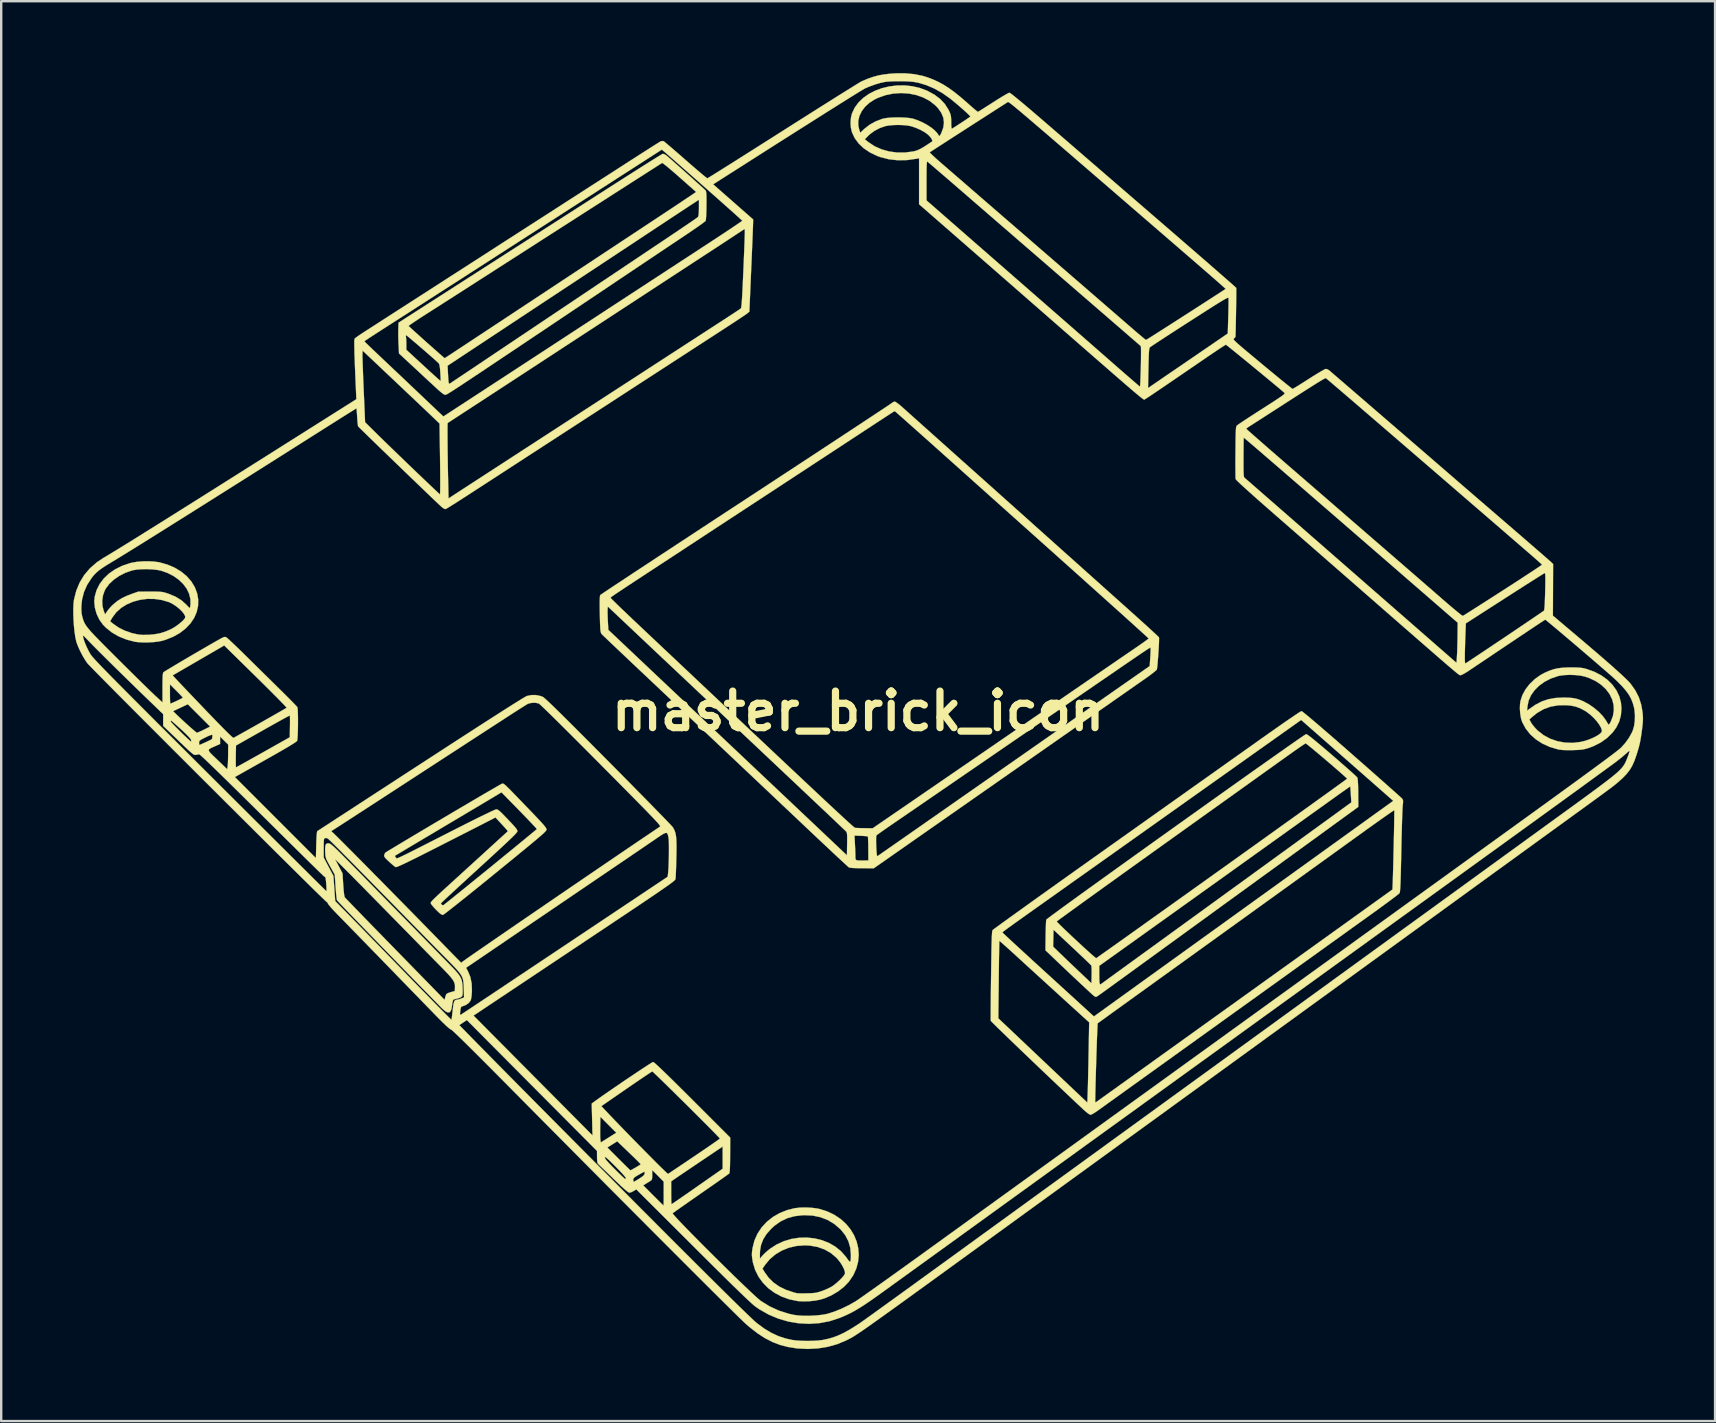
<source format=kicad_pcb>
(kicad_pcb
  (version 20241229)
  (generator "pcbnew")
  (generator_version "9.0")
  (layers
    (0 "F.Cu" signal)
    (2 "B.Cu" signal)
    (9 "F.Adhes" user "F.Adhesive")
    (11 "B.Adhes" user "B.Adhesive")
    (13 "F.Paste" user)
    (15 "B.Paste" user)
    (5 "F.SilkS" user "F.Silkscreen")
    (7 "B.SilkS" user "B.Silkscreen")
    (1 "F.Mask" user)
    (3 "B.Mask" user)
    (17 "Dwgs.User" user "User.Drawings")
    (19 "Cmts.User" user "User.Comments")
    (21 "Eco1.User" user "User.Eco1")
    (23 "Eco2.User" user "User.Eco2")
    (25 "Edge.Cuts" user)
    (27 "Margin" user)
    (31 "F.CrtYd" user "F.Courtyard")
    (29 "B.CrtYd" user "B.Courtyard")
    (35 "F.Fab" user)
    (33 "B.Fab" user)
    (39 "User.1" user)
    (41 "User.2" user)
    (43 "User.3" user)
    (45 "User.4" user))
  (footprint "master_brick_icon"
    (layer "F.Cu")
    (at 32.705 26.58)
    (property "Reference" "master_brick_icon" (at 0 0 0) (layer "F.SilkS") (effects (font (size 1.524 1.524) (thickness 0.3))))
    (attr through_hole)
    (fp_poly (pts (xy -29.34 -6.231) (xy -29.132 -6.203) (xy -29.108 -6.198) (xy -28.776 -6.104) (xy -28.475 -5.975) (xy -28.206 -5.813) (xy -27.975 -5.622) (xy -27.785 -5.405) (xy -27.639 -5.167) (xy -27.542 -4.91) (xy -27.497 -4.659) (xy -27.502 -4.387) (xy -27.56 -4.126) (xy -27.668 -3.879) (xy -27.823 -3.65) (xy -28.022 -3.441) (xy -28.261 -3.256) (xy -28.538 -3.1) (xy -28.85 -2.975) (xy -28.998 -2.93) (xy -29.156 -2.899) (xy -29.351 -2.876) (xy -29.565 -2.864) (xy -29.779 -2.862) (xy -29.976 -2.87) (xy -30.132 -2.89) (xy -30.478 -2.979) (xy -30.799 -3.108) (xy -31.087 -3.273) (xy -31.337 -3.471) (xy -31.467 -3.605) (xy -31.566 -3.744) (xy -31.167 -3.744) (xy -31.056 -3.651) (xy -30.823 -3.487) (xy -30.551 -3.35) (xy -30.254 -3.248) (xy -29.986 -3.19) (xy -29.804 -3.175) (xy -29.59 -3.177) (xy -29.368 -3.195) (xy -29.158 -3.228) (xy -29.079 -3.246) (xy -28.942 -3.287) (xy -28.787 -3.345) (xy -28.645 -3.406) (xy -28.631 -3.413) (xy -28.51 -3.481) (xy -28.383 -3.565) (xy -28.261 -3.658) (xy -28.156 -3.75) (xy -28.078 -3.832) (xy -28.039 -3.895) (xy -28.038 -3.896) (xy -28.044 -3.965) (xy -28.091 -4.054) (xy -28.171 -4.154) (xy -28.278 -4.259) (xy -28.401 -4.36) (xy -28.535 -4.45) (xy -28.67 -4.522) (xy -28.724 -4.545) (xy -29.019 -4.631) (xy -29.323 -4.674) (xy -29.626 -4.676) (xy -29.923 -4.637) (xy -30.206 -4.561) (xy -30.469 -4.449) (xy -30.704 -4.303) (xy -30.904 -4.125) (xy -31.062 -3.917) (xy -31.167 -3.744) (xy -31.566 -3.744) (xy -31.618 -3.817) (xy -31.73 -4.055) (xy -31.801 -4.307) (xy -31.826 -4.559) (xy -31.823 -4.603) (xy -31.496 -4.603) (xy -31.486 -4.383) (xy -31.439 -4.196) (xy -31.377 -4.031) (xy -31.284 -4.169) (xy -31.213 -4.262) (xy -31.119 -4.366) (xy -31.037 -4.446) (xy -30.859 -4.591) (xy -30.665 -4.712) (xy -30.44 -4.817) (xy -30.274 -4.88) (xy -29.986 -4.981) (xy -29.492 -4.98) (xy -29.312 -4.98) (xy -29.176 -4.977) (xy -29.072 -4.972) (xy -28.987 -4.961) (xy -28.91 -4.945) (xy -28.827 -4.921) (xy -28.73 -4.889) (xy -28.442 -4.769) (xy -28.195 -4.617) (xy -27.993 -4.437) (xy -27.987 -4.43) (xy -27.921 -4.359) (xy -27.871 -4.309) (xy -27.848 -4.29) (xy -27.838 -4.315) (xy -27.825 -4.38) (xy -27.818 -4.433) (xy -27.819 -4.66) (xy -27.872 -4.883) (xy -27.973 -5.096) (xy -28.12 -5.295) (xy -28.307 -5.475) (xy -28.53 -5.633) (xy -28.787 -5.762) (xy -29.028 -5.847) (xy -29.194 -5.882) (xy -29.396 -5.905) (xy -29.618 -5.915) (xy -29.84 -5.913) (xy -30.047 -5.898) (xy -30.22 -5.869) (xy -30.254 -5.861) (xy -30.53 -5.764) (xy -30.785 -5.634) (xy -31.012 -5.478) (xy -31.202 -5.3) (xy -31.347 -5.107) (xy -31.389 -5.031) (xy -31.463 -4.825) (xy -31.496 -4.603) (xy -31.823 -4.603) (xy -31.809 -4.766) (xy -31.732 -5.038) (xy -31.605 -5.292) (xy -31.431 -5.524) (xy -31.214 -5.731) (xy -30.957 -5.908) (xy -30.665 -6.054) (xy -30.341 -6.164) (xy -30.266 -6.183) (xy -30.062 -6.219) (xy -29.825 -6.239) (xy -29.578 -6.243) (xy -29.34 -6.231)) (stroke (width 0.01) (type solid)) (fill yes) (layer "F.SilkS"))
    (fp_poly (pts (xy 29.871 -1.818) (xy 30.01 -1.813) (xy 30.121 -1.804) (xy 30.218 -1.789) (xy 30.314 -1.765) (xy 30.353 -1.755) (xy 30.677 -1.639) (xy 30.966 -1.489) (xy 31.218 -1.308) (xy 31.429 -1.099) (xy 31.596 -0.867) (xy 31.717 -0.614) (xy 31.787 -0.344) (xy 31.806 -0.108) (xy 31.783 0.178) (xy 31.712 0.439) (xy 31.591 0.682) (xy 31.443 0.885) (xy 31.216 1.113) (xy 30.946 1.306) (xy 30.636 1.462) (xy 30.424 1.54) (xy 30.319 1.571) (xy 30.224 1.593) (xy 30.125 1.608) (xy 30.005 1.617) (xy 29.851 1.623) (xy 29.76 1.626) (xy 29.528 1.627) (xy 29.345 1.62) (xy 29.206 1.603) (xy 29.165 1.595) (xy 28.821 1.493) (xy 28.511 1.352) (xy 28.238 1.175) (xy 28.004 0.965) (xy 27.814 0.724) (xy 27.671 0.456) (xy 27.665 0.442) (xy 27.637 0.348) (xy 27.97 0.348) (xy 28.045 0.486) (xy 28.101 0.57) (xy 28.185 0.672) (xy 28.281 0.775) (xy 28.312 0.806) (xy 28.556 0.998) (xy 28.832 1.148) (xy 29.133 1.253) (xy 29.451 1.312) (xy 29.779 1.323) (xy 30.094 1.286) (xy 30.27 1.244) (xy 30.443 1.188) (xy 30.607 1.121) (xy 30.752 1.049) (xy 30.87 0.975) (xy 30.953 0.904) (xy 30.993 0.84) (xy 30.994 0.817) (xy 30.96 0.702) (xy 30.885 0.567) (xy 30.778 0.423) (xy 30.648 0.278) (xy 30.502 0.143) (xy 30.349 0.027) (xy 30.289 -0.011) (xy 30.089 -0.118) (xy 29.898 -0.189) (xy 29.692 -0.23) (xy 29.505 -0.247) (xy 29.166 -0.241) (xy 28.852 -0.186) (xy 28.562 -0.08) (xy 28.291 0.077) (xy 28.061 0.264) (xy 27.97 0.348) (xy 27.637 0.348) (xy 27.619 0.288) (xy 27.588 0.1) (xy 27.58 -0.017) (xy 27.874 -0.017) (xy 27.957 -0.08) (xy 28.224 -0.266) (xy 28.488 -0.403) (xy 28.762 -0.495) (xy 29.057 -0.548) (xy 29.385 -0.564) (xy 29.599 -0.56) (xy 29.774 -0.545) (xy 29.926 -0.516) (xy 30.073 -0.469) (xy 30.221 -0.407) (xy 30.446 -0.286) (xy 30.663 -0.136) (xy 30.863 0.033) (xy 31.033 0.213) (xy 31.163 0.391) (xy 31.188 0.437) (xy 31.231 0.509) (xy 31.264 0.556) (xy 31.277 0.564) (xy 31.3 0.542) (xy 31.338 0.483) (xy 31.359 0.445) (xy 31.451 0.207) (xy 31.49 -0.032) (xy 31.478 -0.267) (xy 31.417 -0.495) (xy 31.31 -0.712) (xy 31.159 -0.913) (xy 30.967 -1.093) (xy 30.736 -1.249) (xy 30.469 -1.376) (xy 30.267 -1.444) (xy 30.082 -1.482) (xy 29.866 -1.504) (xy 29.636 -1.51) (xy 29.414 -1.5) (xy 29.218 -1.472) (xy 29.154 -1.457) (xy 28.863 -1.357) (xy 28.602 -1.222) (xy 28.375 -1.059) (xy 28.186 -0.87) (xy 28.039 -0.661) (xy 27.939 -0.437) (xy 27.892 -0.208) (xy 27.874 -0.017) (xy 27.58 -0.017) (xy 27.574 -0.1) (xy 27.58 -0.292) (xy 27.599 -0.423) (xy 27.678 -0.666) (xy 27.807 -0.903) (xy 27.979 -1.126) (xy 28.188 -1.327) (xy 28.426 -1.499) (xy 28.598 -1.593) (xy 28.793 -1.679) (xy 28.973 -1.742) (xy 29.154 -1.784) (xy 29.352 -1.808) (xy 29.582 -1.819) (xy 29.69 -1.819) (xy 29.871 -1.818)) (stroke (width 0.01) (type solid)) (fill yes) (layer "F.SilkS"))
    (fp_poly (pts (xy -1.933 20.695) (xy -1.7 20.725) (xy -1.62 20.742) (xy -1.292 20.844) (xy -0.997 20.984) (xy -0.735 21.158) (xy -0.509 21.361) (xy -0.32 21.589) (xy -0.17 21.837) (xy -0.061 22.101) (xy 0.005 22.376) (xy 0.026 22.658) (xy 0.000143 22.942) (xy -0.074 23.223) (xy -0.198 23.498) (xy -0.374 23.761) (xy -0.387 23.777) (xy -0.592 23.991) (xy -0.839 24.183) (xy -1.115 24.345) (xy -1.407 24.47) (xy -1.584 24.523) (xy -1.799 24.564) (xy -2.039 24.589) (xy -2.282 24.595) (xy -2.5 24.583) (xy -2.526 24.58) (xy -2.869 24.509) (xy -3.188 24.394) (xy -3.48 24.239) (xy -3.741 24.047) (xy -3.965 23.821) (xy -4.149 23.567) (xy -4.289 23.287) (xy -4.307 23.228) (xy -3.985 23.228) (xy -3.895 23.378) (xy -3.725 23.613) (xy -3.522 23.813) (xy -3.281 23.979) (xy -2.999 24.116) (xy -2.67 24.225) (xy -2.554 24.255) (xy -2.505 24.259) (xy -2.413 24.262) (xy -2.29 24.262) (xy -2.148 24.26) (xy -2.131 24.26) (xy -1.968 24.255) (xy -1.845 24.246) (xy -1.743 24.232) (xy -1.647 24.208) (xy -1.537 24.173) (xy -1.517 24.166) (xy -1.382 24.115) (xy -1.246 24.055) (xy -1.132 23.998) (xy -1.11 23.985) (xy -1.008 23.916) (xy -0.897 23.826) (xy -0.785 23.726) (xy -0.685 23.625) (xy -0.605 23.533) (xy -0.557 23.461) (xy -0.548 23.439) (xy -0.551 23.358) (xy -0.587 23.248) (xy -0.651 23.119) (xy -0.735 22.984) (xy -0.835 22.853) (xy -0.911 22.769) (xy -1.14 22.577) (xy -1.402 22.429) (xy -1.694 22.326) (xy -2.011 22.27) (xy -2.23 22.26) (xy -2.564 22.285) (xy -2.882 22.358) (xy -3.178 22.477) (xy -3.446 22.638) (xy -3.681 22.838) (xy -3.854 23.044) (xy -3.985 23.228) (xy -4.307 23.228) (xy -4.381 22.986) (xy -4.396 22.902) (xy -4.41 22.812) (xy -4.092 22.812) (xy -3.975 22.678) (xy -3.892 22.593) (xy -3.785 22.496) (xy -3.676 22.407) (xy -3.671 22.404) (xy -3.391 22.223) (xy -3.092 22.087) (xy -2.779 21.994) (xy -2.458 21.944) (xy -2.136 21.936) (xy -1.818 21.97) (xy -1.511 22.044) (xy -1.222 22.157) (xy -0.955 22.31) (xy -0.717 22.501) (xy -0.514 22.73) (xy -0.466 22.799) (xy -0.402 22.886) (xy -0.353 22.936) (xy -0.327 22.943) (xy -0.315 22.905) (xy -0.306 22.825) (xy -0.301 22.717) (xy -0.3 22.656) (xy -0.326 22.364) (xy -0.404 22.091) (xy -0.535 21.839) (xy -0.718 21.608) (xy -0.74 21.586) (xy -0.991 21.37) (xy -1.269 21.203) (xy -1.573 21.086) (xy -1.9 21.019) (xy -2.25 21.003) (xy -2.313 21.005) (xy -2.647 21.045) (xy -2.949 21.128) (xy -3.225 21.259) (xy -3.478 21.438) (xy -3.627 21.575) (xy -3.818 21.792) (xy -3.955 22.011) (xy -4.044 22.24) (xy -4.087 22.487) (xy -4.092 22.617) (xy -4.092 22.812) (xy -4.41 22.812) (xy -4.417 22.767) (xy -4.426 22.663) (xy -4.423 22.566) (xy -4.41 22.451) (xy -4.396 22.362) (xy -4.318 22.056) (xy -4.19 21.771) (xy -4.017 21.51) (xy -3.802 21.278) (xy -3.549 21.077) (xy -3.263 20.913) (xy -2.947 20.788) (xy -2.649 20.714) (xy -2.431 20.688) (xy -2.184 20.682) (xy -1.933 20.695)) (stroke (width 0.01) (type solid)) (fill yes) (layer "F.SilkS"))
    (fp_poly (pts (xy -22.056 5.509) (xy -22.031 5.515) (xy -21.999 5.53) (xy -21.958 5.558) (xy -21.905 5.601) (xy -21.834 5.664) (xy -21.744 5.749) (xy -21.631 5.86) (xy -21.491 6) (xy -21.321 6.172) (xy -21.116 6.38) (xy -20.98 6.519) (xy -20.777 6.726) (xy -20.543 6.965) (xy -20.283 7.23) (xy -20.005 7.514) (xy -19.716 7.808) (xy -19.424 8.107) (xy -19.135 8.401) (xy -18.856 8.685) (xy -18.641 8.904) (xy -18.402 9.148) (xy -18.167 9.388) (xy -17.938 9.621) (xy -17.722 9.842) (xy -17.522 10.046) (xy -17.343 10.23) (xy -17.188 10.387) (xy -17.063 10.515) (xy -16.972 10.609) (xy -16.948 10.633) (xy -16.798 10.791) (xy -16.684 10.921) (xy -16.601 11.034) (xy -16.544 11.139) (xy -16.509 11.247) (xy -16.489 11.368) (xy -16.48 11.513) (xy -16.478 11.571) (xy -16.476 11.703) (xy -16.479 11.791) (xy -16.487 11.847) (xy -16.504 11.882) (xy -16.53 11.909) (xy -16.535 11.912) (xy -16.602 11.949) (xy -16.694 11.977) (xy -16.722 11.982) (xy -16.804 12) (xy -16.861 12.024) (xy -16.872 12.033) (xy -16.888 12.076) (xy -16.905 12.157) (xy -16.917 12.248) (xy -16.942 12.402) (xy -16.98 12.504) (xy -17.034 12.554) (xy -17.107 12.554) (xy -17.201 12.504) (xy -17.319 12.403) (xy -17.383 12.34) (xy -17.462 12.258) (xy -17.573 12.145) (xy -17.707 12.008) (xy -17.856 11.856) (xy -18.011 11.696) (xy -18.134 11.571) (xy -18.435 11.264) (xy -18.737 10.954) (xy -19.038 10.646) (xy -19.336 10.34) (xy -19.628 10.04) (xy -19.911 9.749) (xy -20.183 9.469) (xy -20.441 9.203) (xy -20.683 8.954) (xy -20.906 8.724) (xy -21.107 8.516) (xy -21.284 8.333) (xy -21.434 8.177) (xy -21.555 8.051) (xy -21.643 7.958) (xy -21.697 7.9) (xy -21.713 7.881) (xy -21.723 7.84) (xy -21.735 7.753) (xy -21.748 7.629) (xy -21.761 7.478) (xy -21.772 7.327) (xy -21.807 6.816) (xy -22.002 6.463) (xy -22.078 6.323) (xy -22.132 6.22) (xy -22.156 6.167) (xy -21.794 6.167) (xy -21.639 6.463) (xy -21.484 6.759) (xy -21.454 7.234) (xy -21.439 7.437) (xy -21.423 7.594) (xy -21.406 7.703) (xy -21.389 7.759) (xy -21.387 7.761) (xy -21.363 7.788) (xy -21.302 7.852) (xy -21.206 7.951) (xy -21.079 8.083) (xy -20.923 8.244) (xy -20.741 8.432) (xy -20.536 8.644) (xy -20.309 8.877) (xy -20.064 9.128) (xy -19.804 9.395) (xy -19.53 9.676) (xy -19.29 9.922) (xy -17.23 12.032) (xy -17.207 11.936) (xy -17.184 11.857) (xy -17.162 11.799) (xy -17.161 11.797) (xy -17.124 11.767) (xy -17.049 11.734) (xy -16.973 11.71) (xy -16.806 11.665) (xy -16.798 11.525) (xy -16.798 11.438) (xy -16.81 11.358) (xy -16.84 11.277) (xy -16.892 11.189) (xy -16.97 11.087) (xy -17.079 10.963) (xy -17.223 10.812) (xy -17.301 10.732) (xy -17.39 10.641) (xy -17.514 10.515) (xy -17.67 10.357) (xy -17.851 10.172) (xy -18.055 9.964) (xy -18.276 9.738) (xy -18.51 9.499) (xy -18.754 9.25) (xy -19.002 8.997) (xy -19.162 8.834) (xy -19.418 8.573) (xy -19.676 8.31) (xy -19.932 8.049) (xy -20.181 7.796) (xy -20.418 7.555) (xy -20.638 7.331) (xy -20.837 7.13) (xy -21.008 6.957) (xy -21.147 6.816) (xy -21.204 6.759) (xy -21.794 6.167) (xy -22.156 6.167) (xy -22.167 6.141) (xy -22.188 6.072) (xy -22.199 6.001) (xy -22.204 5.916) (xy -22.207 5.866) (xy -22.208 5.713) (xy -22.197 5.607) (xy -22.171 5.543) (xy -22.125 5.513) (xy -22.058 5.509) (xy -22.056 5.509)) (stroke (width 0.01) (type solid)) (fill yes) (layer "F.SilkS"))
    (fp_poly (pts (xy -14.785 3.025) (xy -14.761 3.037) (xy -14.728 3.061) (xy -14.683 3.1) (xy -14.622 3.157) (xy -14.542 3.237) (xy -14.44 3.34) (xy -14.311 3.473) (xy -14.153 3.636) (xy -13.961 3.835) (xy -13.79 4.013) (xy -13.586 4.224) (xy -13.419 4.399) (xy -13.285 4.542) (xy -13.18 4.656) (xy -13.101 4.745) (xy -13.046 4.813) (xy -13.01 4.863) (xy -12.99 4.901) (xy -12.982 4.928) (xy -12.982 4.933) (xy -12.985 4.949) (xy -12.995 4.969) (xy -13.015 4.996) (xy -13.047 5.031) (xy -13.094 5.078) (xy -13.158 5.137) (xy -13.242 5.211) (xy -13.349 5.302) (xy -13.48 5.413) (xy -13.639 5.545) (xy -13.828 5.701) (xy -14.049 5.883) (xy -14.306 6.094) (xy -14.6 6.334) (xy -14.934 6.606) (xy -15.106 6.746) (xy -15.408 6.992) (xy -15.699 7.228) (xy -15.975 7.451) (xy -16.233 7.659) (xy -16.471 7.849) (xy -16.684 8.019) (xy -16.871 8.167) (xy -17.028 8.29) (xy -17.151 8.386) (xy -17.239 8.452) (xy -17.287 8.486) (xy -17.295 8.49) (xy -17.333 8.487) (xy -17.382 8.461) (xy -17.45 8.407) (xy -17.544 8.317) (xy -17.584 8.278) (xy -17.674 8.183) (xy -17.747 8.098) (xy -17.794 8.034) (xy -17.808 8.002) (xy -17.806 7.986) (xy -17.799 7.966) (xy -17.782 7.94) (xy -17.753 7.905) (xy -17.707 7.857) (xy -17.643 7.793) (xy -17.555 7.71) (xy -17.441 7.604) (xy -17.297 7.471) (xy -17.12 7.309) (xy -16.906 7.114) (xy -16.779 6.998) (xy -16.561 6.8) (xy -16.321 6.581) (xy -16.07 6.352) (xy -15.821 6.125) (xy -15.585 5.91) (xy -15.374 5.717) (xy -15.298 5.647) (xy -15.132 5.496) (xy -14.98 5.357) (xy -14.846 5.236) (xy -14.736 5.135) (xy -14.654 5.061) (xy -14.606 5.017) (xy -14.595 5.007) (xy -14.609 4.984) (xy -14.655 4.928) (xy -14.727 4.847) (xy -14.817 4.747) (xy -14.847 4.715) (xy -15.11 4.432) (xy -15.958 4.866) (xy -16.44 5.112) (xy -16.874 5.333) (xy -17.263 5.531) (xy -17.609 5.707) (xy -17.914 5.861) (xy -18.181 5.996) (xy -18.412 6.112) (xy -18.61 6.209) (xy -18.776 6.291) (xy -18.914 6.357) (xy -19.025 6.409) (xy -19.113 6.448) (xy -19.179 6.475) (xy -19.225 6.492) (xy -19.255 6.499) (xy -19.27 6.498) (xy -19.313 6.471) (xy -19.386 6.413) (xy -19.476 6.335) (xy -19.544 6.273) (xy -19.642 6.18) (xy -19.704 6.115) (xy -19.737 6.068) (xy -19.747 6.031) (xy -19.302 6.031) (xy -19.294 6.055) (xy -19.259 6.097) (xy -19.252 6.107) (xy -19.248 6.117) (xy -19.245 6.126) (xy -19.239 6.132) (xy -19.227 6.135) (xy -19.207 6.132) (xy -19.177 6.122) (xy -19.132 6.104) (xy -19.071 6.077) (xy -18.99 6.039) (xy -18.886 5.988) (xy -18.757 5.925) (xy -18.6 5.846) (xy -18.412 5.751) (xy -18.19 5.639) (xy -17.931 5.507) (xy -17.633 5.356) (xy -17.292 5.182) (xy -16.906 4.986) (xy -16.57 4.815) (xy -16.297 4.677) (xy -16.04 4.548) (xy -15.804 4.431) (xy -15.593 4.328) (xy -15.411 4.241) (xy -15.264 4.171) (xy -15.156 4.123) (xy -15.09 4.096) (xy -15.074 4.092) (xy -15.026 4.104) (xy -14.965 4.143) (xy -14.883 4.215) (xy -14.787 4.311) (xy -14.616 4.488) (xy -14.48 4.631) (xy -14.376 4.742) (xy -14.301 4.828) (xy -14.249 4.892) (xy -14.217 4.94) (xy -14.2 4.977) (xy -14.196 5.005) (xy -14.202 5.025) (xy -14.222 5.055) (xy -14.259 5.099) (xy -14.315 5.159) (xy -14.393 5.238) (xy -14.495 5.336) (xy -14.623 5.458) (xy -14.781 5.606) (xy -14.97 5.781) (xy -15.193 5.987) (xy -15.453 6.226) (xy -15.752 6.499) (xy -15.79 6.534) (xy -16.044 6.766) (xy -16.286 6.988) (xy -16.511 7.195) (xy -16.718 7.386) (xy -16.903 7.556) (xy -17.063 7.704) (xy -17.194 7.827) (xy -17.293 7.921) (xy -17.358 7.983) (xy -17.384 8.01) (xy -17.385 8.011) (xy -17.363 8.054) (xy -17.317 8.085) (xy -17.283 8.088) (xy -17.256 8.069) (xy -17.189 8.016) (xy -17.085 7.933) (xy -16.947 7.823) (xy -16.777 7.686) (xy -16.58 7.527) (xy -16.358 7.348) (xy -16.115 7.15) (xy -15.854 6.938) (xy -15.577 6.714) (xy -15.32 6.505) (xy -15.034 6.271) (xy -14.76 6.047) (xy -14.502 5.837) (xy -14.263 5.641) (xy -14.046 5.463) (xy -13.854 5.306) (xy -13.691 5.171) (xy -13.56 5.062) (xy -13.463 4.982) (xy -13.404 4.932) (xy -13.386 4.915) (xy -13.403 4.891) (xy -13.456 4.832) (xy -13.541 4.742) (xy -13.651 4.625) (xy -13.785 4.485) (xy -13.936 4.329) (xy -14.101 4.159) (xy -14.119 4.14) (xy -14.859 3.384) (xy -15.254 3.62) (xy -15.344 3.674) (xy -15.477 3.754) (xy -15.65 3.856) (xy -15.855 3.979) (xy -16.09 4.118) (xy -16.349 4.272) (xy -16.627 4.438) (xy -16.919 4.611) (xy -17.22 4.79) (xy -17.47 4.939) (xy -17.762 5.113) (xy -18.041 5.278) (xy -18.301 5.433) (xy -18.54 5.575) (xy -18.753 5.702) (xy -18.937 5.812) (xy -19.088 5.902) (xy -19.201 5.97) (xy -19.274 6.013) (xy -19.302 6.031) (xy -19.302 6.031) (xy -19.747 6.031) (xy -19.747 6.03) (xy -19.743 5.992) (xy -19.742 5.991) (xy -19.717 5.926) (xy -19.69 5.892) (xy -19.589 5.829) (xy -19.45 5.745) (xy -19.277 5.641) (xy -19.074 5.519) (xy -18.846 5.382) (xy -18.595 5.232) (xy -18.326 5.072) (xy -18.043 4.904) (xy -17.751 4.73) (xy -17.452 4.553) (xy -17.151 4.376) (xy -16.853 4.199) (xy -16.56 4.026) (xy -16.277 3.86) (xy -16.008 3.702) (xy -15.758 3.555) (xy -15.529 3.421) (xy -15.326 3.303) (xy -15.153 3.203) (xy -15.015 3.123) (xy -14.914 3.065) (xy -14.855 3.033) (xy -14.841 3.027) (xy -14.822 3.023) (xy -14.804 3.021) (xy -14.785 3.025)) (stroke (width 0.01) (type solid)) (fill yes) (layer "F.SilkS"))
    (fp_poly (pts (xy 18.701 0.973) (xy 18.763 1.013) (xy 18.855 1.082) (xy 18.98 1.182) (xy 19.14 1.314) (xy 19.337 1.479) (xy 19.572 1.679) (xy 19.753 1.835) (xy 19.959 2.012) (xy 20.152 2.181) (xy 20.328 2.335) (xy 20.483 2.472) (xy 20.612 2.588) (xy 20.711 2.679) (xy 20.776 2.741) (xy 20.802 2.77) (xy 20.814 2.822) (xy 20.824 2.928) (xy 20.832 3.083) (xy 20.837 3.283) (xy 20.838 3.409) (xy 20.842 3.99) (xy 19.798 4.748) (xy 19.419 5.024) (xy 19.025 5.31) (xy 18.612 5.61) (xy 18.176 5.926) (xy 17.714 6.262) (xy 17.22 6.621) (xy 16.691 7.004) (xy 16.124 7.416) (xy 15.72 7.709) (xy 15.544 7.837) (xy 15.327 7.994) (xy 15.075 8.177) (xy 14.793 8.382) (xy 14.487 8.605) (xy 14.16 8.842) (xy 13.819 9.09) (xy 13.469 9.344) (xy 13.114 9.602) (xy 12.761 9.858) (xy 12.413 10.111) (xy 12.404 10.118) (xy 12.015 10.4) (xy 11.669 10.651) (xy 11.364 10.873) (xy 11.097 11.067) (xy 10.865 11.235) (xy 10.666 11.379) (xy 10.498 11.501) (xy 10.357 11.603) (xy 10.241 11.686) (xy 10.148 11.753) (xy 10.074 11.805) (xy 10.019 11.844) (xy 9.978 11.872) (xy 9.949 11.89) (xy 9.93 11.902) (xy 9.919 11.907) (xy 9.912 11.91) (xy 9.908 11.91) (xy 9.875 11.895) (xy 9.821 11.862) (xy 9.789 11.834) (xy 9.72 11.773) (xy 9.621 11.681) (xy 9.495 11.564) (xy 9.347 11.426) (xy 9.183 11.272) (xy 9.006 11.106) (xy 8.822 10.933) (xy 8.636 10.756) (xy 8.451 10.581) (xy 8.274 10.413) (xy 8.109 10.255) (xy 7.96 10.112) (xy 7.918 10.072) (xy 7.806 9.965) (xy 7.808 9.812) (xy 8.126 9.812) (xy 8.402 10.081) (xy 8.504 10.179) (xy 8.636 10.307) (xy 8.79 10.454) (xy 8.954 10.611) (xy 9.12 10.768) (xy 9.2 10.845) (xy 9.723 11.34) (xy 9.73 10.989) (xy 9.732 10.851) (xy 9.73 10.732) (xy 9.725 10.645) (xy 9.719 10.614) (xy 10.047 10.614) (xy 10.047 10.963) (xy 10.049 11.138) (xy 10.054 11.262) (xy 10.064 11.341) (xy 10.079 11.38) (xy 10.1 11.386) (xy 10.114 11.379) (xy 10.141 11.359) (xy 10.211 11.308) (xy 10.319 11.229) (xy 10.463 11.124) (xy 10.64 10.996) (xy 10.845 10.847) (xy 11.077 10.679) (xy 11.33 10.495) (xy 11.603 10.297) (xy 11.891 10.088) (xy 12.15 9.901) (xy 12.577 9.591) (xy 13.017 9.272) (xy 13.467 8.945) (xy 13.924 8.614) (xy 14.385 8.279) (xy 14.847 7.944) (xy 15.308 7.609) (xy 15.764 7.279) (xy 16.212 6.954) (xy 16.649 6.636) (xy 17.073 6.329) (xy 17.48 6.033) (xy 17.868 5.752) (xy 18.233 5.487) (xy 18.572 5.24) (xy 18.883 5.014) (xy 19.163 4.811) (xy 19.409 4.633) (xy 19.617 4.482) (xy 19.785 4.36) (xy 19.892 4.282) (xy 20.551 3.803) (xy 20.531 3.475) (xy 20.523 3.346) (xy 20.515 3.239) (xy 20.509 3.167) (xy 20.506 3.14) (xy 20.482 3.154) (xy 20.42 3.196) (xy 20.325 3.262) (xy 20.205 3.346) (xy 20.067 3.445) (xy 20.022 3.477) (xy 19.948 3.53) (xy 19.831 3.614) (xy 19.674 3.726) (xy 19.479 3.866) (xy 19.25 4.03) (xy 18.988 4.217) (xy 18.697 4.425) (xy 18.381 4.652) (xy 18.04 4.896) (xy 17.679 5.154) (xy 17.3 5.425) (xy 16.906 5.707) (xy 16.499 5.998) (xy 16.083 6.296) (xy 15.661 6.598) (xy 15.234 6.904) (xy 14.806 7.21) (xy 14.38 7.514) (xy 13.959 7.816) (xy 13.544 8.112) (xy 13.14 8.402) (xy 12.749 8.682) (xy 12.373 8.95) (xy 12.016 9.206) (xy 11.68 9.446) (xy 11.368 9.67) (xy 11.225 9.771) (xy 10.047 10.614) (xy 9.719 10.614) (xy 9.717 10.601) (xy 9.716 10.6) (xy 9.691 10.573) (xy 9.63 10.512) (xy 9.536 10.421) (xy 9.415 10.305) (xy 9.272 10.169) (xy 9.111 10.017) (xy 8.936 9.853) (xy 8.918 9.836) (xy 8.142 9.109) (xy 8.134 9.46) (xy 8.126 9.812) (xy 7.808 9.812) (xy 7.814 9.353) (xy 7.817 9.17) (xy 7.822 9.005) (xy 7.827 8.865) (xy 7.833 8.763) (xy 8.277 8.763) (xy 8.296 8.789) (xy 8.352 8.847) (xy 8.438 8.934) (xy 8.55 9.043) (xy 8.682 9.169) (xy 8.828 9.308) (xy 8.984 9.455) (xy 9.144 9.604) (xy 9.303 9.751) (xy 9.454 9.89) (xy 9.593 10.016) (xy 9.714 10.125) (xy 9.813 10.211) (xy 9.882 10.269) (xy 9.918 10.294) (xy 9.921 10.295) (xy 9.946 10.278) (xy 10.015 10.23) (xy 10.126 10.151) (xy 10.277 10.045) (xy 10.466 9.911) (xy 10.69 9.752) (xy 10.948 9.569) (xy 11.237 9.363) (xy 11.556 9.136) (xy 11.902 8.889) (xy 12.273 8.624) (xy 12.668 8.343) (xy 13.084 8.046) (xy 13.519 7.735) (xy 13.971 7.412) (xy 14.439 7.078) (xy 14.919 6.735) (xy 15.162 6.562) (xy 15.648 6.214) (xy 16.121 5.875) (xy 16.581 5.547) (xy 17.024 5.229) (xy 17.449 4.925) (xy 17.853 4.635) (xy 18.235 4.362) (xy 18.592 4.105) (xy 18.923 3.868) (xy 19.225 3.65) (xy 19.497 3.455) (xy 19.736 3.283) (xy 19.94 3.135) (xy 20.107 3.014) (xy 20.236 2.921) (xy 20.324 2.856) (xy 20.369 2.822) (xy 20.375 2.817) (xy 20.355 2.794) (xy 20.297 2.739) (xy 20.206 2.657) (xy 20.09 2.554) (xy 19.952 2.434) (xy 19.799 2.301) (xy 19.636 2.161) (xy 19.468 2.018) (xy 19.303 1.878) (xy 19.144 1.744) (xy 18.998 1.622) (xy 18.87 1.516) (xy 18.766 1.432) (xy 18.691 1.373) (xy 18.651 1.345) (xy 18.647 1.344) (xy 18.616 1.361) (xy 18.546 1.406) (xy 18.441 1.477) (xy 18.307 1.57) (xy 18.151 1.679) (xy 17.977 1.803) (xy 17.865 1.883) (xy 17.764 1.955) (xy 17.62 2.057) (xy 17.436 2.189) (xy 17.214 2.348) (xy 16.958 2.531) (xy 16.669 2.738) (xy 16.35 2.966) (xy 16.005 3.213) (xy 15.636 3.477) (xy 15.246 3.756) (xy 14.837 4.048) (xy 14.412 4.351) (xy 13.975 4.664) (xy 13.527 4.984) (xy 13.072 5.31) (xy 12.699 5.576) (xy 12.252 5.896) (xy 11.818 6.207) (xy 11.398 6.508) (xy 10.995 6.797) (xy 10.611 7.073) (xy 10.248 7.333) (xy 9.908 7.578) (xy 9.595 7.803) (xy 9.309 8.009) (xy 9.054 8.194) (xy 8.83 8.356) (xy 8.642 8.493) (xy 8.49 8.603) (xy 8.377 8.686) (xy 8.306 8.74) (xy 8.278 8.762) (xy 8.277 8.763) (xy 7.833 8.763) (xy 7.833 8.76) (xy 7.839 8.7) (xy 7.841 8.69) (xy 7.866 8.668) (xy 7.935 8.615) (xy 8.044 8.532) (xy 8.193 8.423) (xy 8.377 8.287) (xy 8.595 8.128) (xy 8.845 7.947) (xy 9.123 7.745) (xy 9.428 7.525) (xy 9.757 7.288) (xy 10.107 7.036) (xy 10.476 6.771) (xy 10.861 6.494) (xy 11.261 6.208) (xy 11.672 5.913) (xy 12.092 5.612) (xy 12.519 5.307) (xy 12.95 4.999) (xy 13.383 4.69) (xy 13.815 4.382) (xy 14.244 4.076) (xy 14.667 3.774) (xy 15.082 3.479) (xy 15.487 3.191) (xy 15.878 2.913) (xy 16.254 2.646) (xy 16.612 2.393) (xy 16.95 2.154) (xy 17.265 1.932) (xy 17.554 1.728) (xy 17.816 1.544) (xy 18.047 1.382) (xy 18.246 1.243) (xy 18.41 1.13) (xy 18.535 1.045) (xy 18.621 0.988) (xy 18.664 0.961) (xy 18.669 0.96) (xy 18.701 0.973)) (stroke (width 0.01) (type solid)) (fill yes) (layer "F.SilkS"))
    (fp_poly (pts (xy -8.072 -23.207) (xy -7.982 -23.148) (xy -7.97 -23.138) (xy -7.879 -23.059) (xy -7.762 -22.957) (xy -7.625 -22.835) (xy -7.472 -22.7) (xy -7.31 -22.556) (xy -7.145 -22.408) (xy -6.981 -22.262) (xy -6.825 -22.122) (xy -6.682 -21.994) (xy -6.558 -21.882) (xy -6.458 -21.791) (xy -6.389 -21.727) (xy -6.355 -21.695) (xy -6.353 -21.693) (xy -6.34 -21.665) (xy -6.33 -21.614) (xy -6.323 -21.533) (xy -6.319 -21.415) (xy -6.318 -21.255) (xy -6.319 -21.063) (xy -6.322 -20.884) (xy -6.327 -20.723) (xy -6.334 -20.588) (xy -6.342 -20.488) (xy -6.35 -20.434) (xy -6.352 -20.429) (xy -6.382 -20.401) (xy -6.452 -20.347) (xy -6.559 -20.269) (xy -6.695 -20.173) (xy -6.855 -20.063) (xy -7.033 -19.941) (xy -7.148 -19.864) (xy -7.326 -19.745) (xy -7.543 -19.6) (xy -7.791 -19.434) (xy -8.061 -19.254) (xy -8.345 -19.064) (xy -8.635 -18.869) (xy -8.922 -18.677) (xy -9.2 -18.491) (xy -9.229 -18.472) (xy -9.951 -17.988) (xy -10.627 -17.534) (xy -11.26 -17.11) (xy -11.85 -16.715) (xy -12.399 -16.347) (xy -12.909 -16.005) (xy -13.381 -15.689) (xy -13.817 -15.397) (xy -14.217 -15.129) (xy -14.584 -14.884) (xy -14.919 -14.66) (xy -15.224 -14.456) (xy -15.499 -14.272) (xy -15.747 -14.107) (xy -15.969 -13.959) (xy -16.166 -13.828) (xy -16.341 -13.712) (xy -16.493 -13.611) (xy -16.626 -13.524) (xy -16.74 -13.45) (xy -16.837 -13.387) (xy -16.919 -13.334) (xy -16.986 -13.292) (xy -17.041 -13.258) (xy -17.084 -13.231) (xy -17.118 -13.212) (xy -17.144 -13.198) (xy -17.163 -13.189) (xy -17.177 -13.183) (xy -17.187 -13.181) (xy -17.195 -13.18) (xy -17.201 -13.18) (xy -17.241 -13.19) (xy -17.298 -13.224) (xy -17.379 -13.286) (xy -17.488 -13.38) (xy -17.63 -13.51) (xy -17.648 -13.526) (xy -17.777 -13.647) (xy -17.937 -13.795) (xy -18.115 -13.96) (xy -18.3 -14.133) (xy -18.481 -14.301) (xy -18.574 -14.387) (xy -19.129 -14.902) (xy -19.148 -15.276) (xy -19.155 -15.447) (xy -19.159 -15.629) (xy -19.159 -15.641) (xy -18.846 -15.641) (xy -18.842 -15.6) (xy -18.834 -15.543) (xy -18.828 -15.447) (xy -18.825 -15.331) (xy -18.825 -15.296) (xy -18.824 -15.056) (xy -18.114 -14.401) (xy -17.947 -14.247) (xy -17.793 -14.106) (xy -17.657 -13.983) (xy -17.545 -13.882) (xy -17.461 -13.808) (xy -17.409 -13.764) (xy -17.394 -13.754) (xy -17.393 -13.784) (xy -17.395 -13.859) (xy -17.4 -13.968) (xy -17.408 -14.1) (xy -17.408 -14.108) (xy -17.42 -14.26) (xy -17.432 -14.366) (xy -17.438 -14.392) (xy -17.106 -14.392) (xy -17.088 -14.047) (xy -17.079 -13.883) (xy -17.07 -13.768) (xy -17.061 -13.694) (xy -17.05 -13.654) (xy -17.035 -13.641) (xy -17.015 -13.646) (xy -17.011 -13.649) (xy -16.981 -13.668) (xy -16.909 -13.716) (xy -16.8 -13.789) (xy -16.657 -13.884) (xy -16.485 -13.999) (xy -16.29 -14.129) (xy -16.075 -14.273) (xy -15.846 -14.427) (xy -15.79 -14.464) (xy -15.056 -14.956) (xy -14.282 -15.475) (xy -13.476 -16.015) (xy -12.646 -16.571) (xy -11.798 -17.139) (xy -10.94 -17.714) (xy -10.08 -18.29) (xy -10.061 -18.302) (xy -9.597 -18.613) (xy -9.177 -18.894) (xy -8.8 -19.147) (xy -8.463 -19.373) (xy -8.163 -19.573) (xy -7.9 -19.75) (xy -7.669 -19.905) (xy -7.469 -20.039) (xy -7.299 -20.155) (xy -7.154 -20.252) (xy -7.034 -20.334) (xy -6.936 -20.401) (xy -6.857 -20.455) (xy -6.795 -20.498) (xy -6.749 -20.531) (xy -6.716 -20.555) (xy -6.693 -20.573) (xy -6.678 -20.586) (xy -6.669 -20.595) (xy -6.668 -20.597) (xy -6.649 -20.651) (xy -6.638 -20.758) (xy -6.632 -20.92) (xy -6.632 -20.975) (xy -6.632 -21.308) (xy -6.865 -21.157) (xy -6.925 -21.118) (xy -7.029 -21.05) (xy -7.171 -20.956) (xy -7.348 -20.84) (xy -7.555 -20.703) (xy -7.789 -20.549) (xy -8.045 -20.379) (xy -8.319 -20.198) (xy -8.607 -20.008) (xy -8.905 -19.811) (xy -8.975 -19.765) (xy -9.3 -19.549) (xy -9.636 -19.327) (xy -9.977 -19.102) (xy -10.314 -18.879) (xy -10.642 -18.662) (xy -10.954 -18.456) (xy -11.244 -18.265) (xy -11.504 -18.093) (xy -11.729 -17.944) (xy -11.867 -17.853) (xy -12.123 -17.684) (xy -12.399 -17.502) (xy -12.684 -17.314) (xy -12.966 -17.128) (xy -13.235 -16.951) (xy -13.478 -16.79) (xy -13.674 -16.66) (xy -13.857 -16.539) (xy -14.079 -16.393) (xy -14.331 -16.226) (xy -14.605 -16.045) (xy -14.893 -15.854) (xy -15.187 -15.66) (xy -15.478 -15.468) (xy -15.757 -15.283) (xy -15.785 -15.265) (xy -17.106 -14.392) (xy -17.438 -14.392) (xy -17.447 -14.436) (xy -17.467 -14.481) (xy -17.486 -14.505) (xy -17.551 -14.565) (xy -17.646 -14.65) (xy -17.763 -14.754) (xy -17.897 -14.872) (xy -18.042 -14.998) (xy -18.191 -15.126) (xy -18.338 -15.253) (xy -18.476 -15.371) (xy -18.601 -15.477) (xy -18.704 -15.563) (xy -18.781 -15.626) (xy -18.824 -15.659) (xy -18.831 -15.663) (xy -18.846 -15.641) (xy -19.159 -15.641) (xy -19.16 -15.797) (xy -19.158 -15.917) (xy -19.153 -16.047) (xy -18.729 -16.047) (xy -18.708 -16.025) (xy -18.65 -15.971) (xy -18.562 -15.89) (xy -18.449 -15.788) (xy -18.316 -15.669) (xy -18.171 -15.538) (xy -18.018 -15.401) (xy -17.864 -15.264) (xy -17.713 -15.13) (xy -17.573 -15.007) (xy -17.449 -14.897) (xy -17.347 -14.808) (xy -17.272 -14.743) (xy -17.231 -14.709) (xy -17.225 -14.705) (xy -17.202 -14.72) (xy -17.133 -14.765) (xy -17.023 -14.837) (xy -16.874 -14.935) (xy -16.688 -15.058) (xy -16.467 -15.203) (xy -16.215 -15.369) (xy -15.934 -15.555) (xy -15.626 -15.758) (xy -15.295 -15.976) (xy -14.942 -16.209) (xy -14.57 -16.455) (xy -14.183 -16.711) (xy -13.781 -16.976) (xy -13.683 -17.04) (xy -13.244 -17.331) (xy -12.795 -17.627) (xy -12.341 -17.927) (xy -11.887 -18.227) (xy -11.438 -18.523) (xy -10.998 -18.814) (xy -10.571 -19.096) (xy -10.162 -19.366) (xy -9.776 -19.622) (xy -9.416 -19.859) (xy -9.088 -20.076) (xy -8.796 -20.269) (xy -8.545 -20.435) (xy -8.444 -20.501) (xy -8.166 -20.685) (xy -7.902 -20.86) (xy -7.656 -21.023) (xy -7.432 -21.172) (xy -7.234 -21.305) (xy -7.064 -21.418) (xy -6.928 -21.51) (xy -6.827 -21.578) (xy -6.768 -21.619) (xy -6.751 -21.632) (xy -6.773 -21.652) (xy -6.833 -21.704) (xy -6.924 -21.786) (xy -7.043 -21.891) (xy -7.184 -22.016) (xy -7.342 -22.156) (xy -7.447 -22.249) (xy -7.62 -22.401) (xy -7.777 -22.536) (xy -7.914 -22.652) (xy -8.026 -22.743) (xy -8.109 -22.807) (xy -8.157 -22.838) (xy -8.167 -22.841) (xy -8.194 -22.823) (xy -8.266 -22.778) (xy -8.379 -22.706) (xy -8.529 -22.61) (xy -8.713 -22.492) (xy -8.929 -22.354) (xy -9.171 -22.199) (xy -9.438 -22.028) (xy -9.726 -21.844) (xy -10.031 -21.648) (xy -10.35 -21.444) (xy -10.68 -21.232) (xy -11.018 -21.016) (xy -11.36 -20.797) (xy -11.702 -20.577) (xy -12.042 -20.359) (xy -12.377 -20.145) (xy -12.545 -20.037) (xy -12.735 -19.915) (xy -12.961 -19.77) (xy -13.216 -19.607) (xy -13.494 -19.428) (xy -13.79 -19.238) (xy -14.099 -19.04) (xy -14.414 -18.838) (xy -14.729 -18.636) (xy -15.04 -18.437) (xy -15.339 -18.244) (xy -15.623 -18.063) (xy -15.884 -17.895) (xy -16.118 -17.745) (xy -16.318 -17.617) (xy -16.479 -17.513) (xy -16.538 -17.475) (xy -16.734 -17.35) (xy -16.963 -17.203) (xy -17.213 -17.043) (xy -17.47 -16.879) (xy -17.72 -16.72) (xy -17.949 -16.574) (xy -17.955 -16.57) (xy -18.142 -16.45) (xy -18.313 -16.339) (xy -18.462 -16.24) (xy -18.583 -16.158) (xy -18.671 -16.096) (xy -18.721 -16.057) (xy -18.729 -16.047) (xy -19.153 -16.047) (xy -19.149 -16.185) (xy -15.761 -18.358) (xy -15.317 -18.643) (xy -14.857 -18.938) (xy -14.386 -19.24) (xy -13.91 -19.545) (xy -13.433 -19.851) (xy -12.962 -20.154) (xy -12.501 -20.449) (xy -12.056 -20.735) (xy -11.632 -21.007) (xy -11.235 -21.261) (xy -10.87 -21.496) (xy -10.542 -21.706) (xy -10.286 -21.87) (xy -9.974 -22.07) (xy -9.675 -22.261) (xy -9.392 -22.441) (xy -9.129 -22.608) (xy -8.89 -22.759) (xy -8.677 -22.893) (xy -8.494 -23.007) (xy -8.346 -23.099) (xy -8.235 -23.167) (xy -8.164 -23.208) (xy -8.139 -23.221) (xy -8.072 -23.207)) (stroke (width 0.01) (type solid)) (fill yes) (layer "F.SilkS"))
    (fp_poly (pts (xy 18.506 0.019) (xy 18.579 0.075) (xy 18.693 0.167) (xy 18.846 0.295) (xy 19.038 0.457) (xy 19.268 0.654) (xy 19.535 0.885) (xy 19.839 1.148) (xy 20.178 1.444) (xy 20.552 1.771) (xy 20.576 1.793) (xy 20.868 2.049) (xy 21.149 2.295) (xy 21.415 2.53) (xy 21.663 2.749) (xy 21.892 2.951) (xy 22.096 3.132) (xy 22.275 3.291) (xy 22.424 3.424) (xy 22.541 3.529) (xy 22.622 3.602) (xy 22.665 3.643) (xy 22.67 3.649) (xy 22.695 3.689) (xy 22.707 3.736) (xy 22.706 3.807) (xy 22.694 3.918) (xy 22.693 3.923) (xy 22.688 3.99) (xy 22.681 4.107) (xy 22.675 4.269) (xy 22.667 4.471) (xy 22.66 4.706) (xy 22.653 4.969) (xy 22.645 5.254) (xy 22.638 5.555) (xy 22.633 5.828) (xy 22.625 6.196) (xy 22.618 6.512) (xy 22.612 6.778) (xy 22.605 7) (xy 22.599 7.179) (xy 22.592 7.321) (xy 22.585 7.428) (xy 22.578 7.505) (xy 22.57 7.555) (xy 22.562 7.581) (xy 22.561 7.583) (xy 22.531 7.611) (xy 22.46 7.668) (xy 22.351 7.752) (xy 22.211 7.858) (xy 22.043 7.982) (xy 21.851 8.123) (xy 21.641 8.276) (xy 21.418 8.437) (xy 21.386 8.46) (xy 21.18 8.608) (xy 20.933 8.785) (xy 20.654 8.985) (xy 20.348 9.205) (xy 20.021 9.44) (xy 19.679 9.685) (xy 19.33 9.936) (xy 18.979 10.188) (xy 18.632 10.437) (xy 18.296 10.678) (xy 18.246 10.714) (xy 17.909 10.956) (xy 17.534 11.225) (xy 17.129 11.516) (xy 16.702 11.823) (xy 16.26 12.14) (xy 15.812 12.461) (xy 15.365 12.782) (xy 14.927 13.097) (xy 14.506 13.399) (xy 14.11 13.683) (xy 13.928 13.814) (xy 13.588 14.058) (xy 13.248 14.302) (xy 12.913 14.543) (xy 12.587 14.776) (xy 12.275 15.001) (xy 11.981 15.212) (xy 11.71 15.407) (xy 11.465 15.582) (xy 11.252 15.735) (xy 11.075 15.863) (xy 10.938 15.962) (xy 10.908 15.983) (xy 10.719 16.119) (xy 10.534 16.252) (xy 10.359 16.377) (xy 10.204 16.489) (xy 10.077 16.58) (xy 9.986 16.645) (xy 9.972 16.655) (xy 9.868 16.726) (xy 9.776 16.781) (xy 9.707 16.814) (xy 9.682 16.82) (xy 9.635 16.801) (xy 9.557 16.746) (xy 9.455 16.661) (xy 9.374 16.588) (xy 9.141 16.369) (xy 8.894 16.136) (xy 8.635 15.891) (xy 8.369 15.639) (xy 8.098 15.382) (xy 7.825 15.123) (xy 7.553 14.864) (xy 7.286 14.609) (xy 7.027 14.361) (xy 6.778 14.123) (xy 6.543 13.897) (xy 6.324 13.687) (xy 6.126 13.495) (xy 5.951 13.325) (xy 5.801 13.18) (xy 5.681 13.062) (xy 5.594 12.974) (xy 5.541 12.92) (xy 5.527 12.902) (xy 5.526 12.867) (xy 5.525 12.799) (xy 5.842 12.799) (xy 7.697 14.556) (xy 9.553 16.313) (xy 9.554 16.279) (xy 9.878 16.279) (xy 9.894 16.301) (xy 9.913 16.294) (xy 9.939 16.276) (xy 10.008 16.227) (xy 10.12 16.147) (xy 10.272 16.038) (xy 10.462 15.902) (xy 10.689 15.74) (xy 10.95 15.552) (xy 11.244 15.342) (xy 11.568 15.109) (xy 11.922 14.856) (xy 12.302 14.583) (xy 12.707 14.292) (xy 13.136 13.985) (xy 13.586 13.662) (xy 14.055 13.325) (xy 14.542 12.976) (xy 15.045 12.615) (xy 15.561 12.245) (xy 16.089 11.866) (xy 16.101 11.858) (xy 16.629 11.479) (xy 17.145 11.108) (xy 17.647 10.748) (xy 18.134 10.399) (xy 18.603 10.062) (xy 19.052 9.74) (xy 19.48 9.432) (xy 19.884 9.142) (xy 20.264 8.87) (xy 20.616 8.617) (xy 20.94 8.384) (xy 21.233 8.174) (xy 21.493 7.987) (xy 21.719 7.825) (xy 21.908 7.689) (xy 22.059 7.581) (xy 22.17 7.501) (xy 22.238 7.452) (xy 22.263 7.434) (xy 22.263 7.434) (xy 22.266 7.405) (xy 22.27 7.325) (xy 22.275 7.201) (xy 22.28 7.039) (xy 22.286 6.845) (xy 22.292 6.624) (xy 22.299 6.383) (xy 22.305 6.129) (xy 22.311 5.866) (xy 22.318 5.601) (xy 22.323 5.341) (xy 22.329 5.09) (xy 22.333 4.856) (xy 22.337 4.644) (xy 22.34 4.461) (xy 22.342 4.311) (xy 22.343 4.203) (xy 22.342 4.141) (xy 22.341 4.128) (xy 22.316 4.142) (xy 22.25 4.185) (xy 22.146 4.257) (xy 22.008 4.353) (xy 21.841 4.47) (xy 21.648 4.607) (xy 21.434 4.759) (xy 21.202 4.925) (xy 20.978 5.086) (xy 20.762 5.242) (xy 20.506 5.426) (xy 20.215 5.636) (xy 19.894 5.867) (xy 19.549 6.116) (xy 19.185 6.378) (xy 18.807 6.65) (xy 18.422 6.928) (xy 18.033 7.208) (xy 17.648 7.486) (xy 17.27 7.758) (xy 17.089 7.888) (xy 16.688 8.177) (xy 16.257 8.488) (xy 15.803 8.815) (xy 15.333 9.153) (xy 14.856 9.497) (xy 14.378 9.841) (xy 13.909 10.179) (xy 13.455 10.506) (xy 13.023 10.816) (xy 12.623 11.104) (xy 12.277 11.354) (xy 11.958 11.583) (xy 11.652 11.803) (xy 11.362 12.012) (xy 11.091 12.208) (xy 10.842 12.387) (xy 10.619 12.548) (xy 10.424 12.689) (xy 10.261 12.807) (xy 10.132 12.9) (xy 10.041 12.965) (xy 9.992 13.002) (xy 9.983 13.009) (xy 9.979 13.038) (xy 9.975 13.119) (xy 9.969 13.243) (xy 9.962 13.407) (xy 9.954 13.603) (xy 9.946 13.826) (xy 9.938 14.069) (xy 9.929 14.327) (xy 9.921 14.594) (xy 9.913 14.864) (xy 9.905 15.131) (xy 9.898 15.389) (xy 9.891 15.632) (xy 9.886 15.854) (xy 9.882 16.049) (xy 9.879 16.211) (xy 9.878 16.279) (xy 9.554 16.279) (xy 9.571 15.756) (xy 9.576 15.595) (xy 9.581 15.39) (xy 9.586 15.149) (xy 9.592 14.884) (xy 9.598 14.606) (xy 9.603 14.325) (xy 9.608 14.083) (xy 9.627 12.968) (xy 8.618 12.051) (xy 8.375 11.829) (xy 8.109 11.587) (xy 7.832 11.334) (xy 7.553 11.08) (xy 7.282 10.832) (xy 7.029 10.602) (xy 6.806 10.397) (xy 6.752 10.348) (xy 6.568 10.179) (xy 6.396 10.023) (xy 6.243 9.884) (xy 6.111 9.766) (xy 6.005 9.672) (xy 5.931 9.607) (xy 5.891 9.575) (xy 5.886 9.572) (xy 5.884 9.601) (xy 5.882 9.682) (xy 5.879 9.808) (xy 5.876 9.977) (xy 5.873 10.181) (xy 5.869 10.417) (xy 5.866 10.679) (xy 5.862 10.962) (xy 5.86 11.19) (xy 5.842 12.799) (xy 5.525 12.799) (xy 5.525 12.779) (xy 5.525 12.645) (xy 5.526 12.469) (xy 5.527 12.256) (xy 5.529 12.011) (xy 5.532 11.738) (xy 5.535 11.443) (xy 5.539 11.131) (xy 5.541 11.021) (xy 5.546 10.638) (xy 5.551 10.308) (xy 5.555 10.028) (xy 5.56 9.793) (xy 5.565 9.6) (xy 5.57 9.446) (xy 5.576 9.326) (xy 5.582 9.238) (xy 5.584 9.223) (xy 6.013 9.223) (xy 6.034 9.245) (xy 6.093 9.301) (xy 6.189 9.391) (xy 6.317 9.51) (xy 6.475 9.657) (xy 6.661 9.828) (xy 6.87 10.02) (xy 7.101 10.232) (xy 7.35 10.461) (xy 7.615 10.703) (xy 7.892 10.956) (xy 7.921 10.982) (xy 9.826 12.722) (xy 11.538 11.488) (xy 11.788 11.308) (xy 12.078 11.099) (xy 12.404 10.865) (xy 12.76 10.608) (xy 13.141 10.334) (xy 13.543 10.045) (xy 13.959 9.745) (xy 14.384 9.438) (xy 14.814 9.129) (xy 15.243 8.82) (xy 15.666 8.515) (xy 16.078 8.218) (xy 16.242 8.1) (xy 16.643 7.811) (xy 17.055 7.514) (xy 17.472 7.214) (xy 17.889 6.914) (xy 18.302 6.616) (xy 18.706 6.326) (xy 19.095 6.045) (xy 19.465 5.779) (xy 19.812 5.529) (xy 20.129 5.301) (xy 20.413 5.096) (xy 20.659 4.919) (xy 20.766 4.842) (xy 22.298 3.739) (xy 22.203 3.655) (xy 22.167 3.624) (xy 22.093 3.558) (xy 21.982 3.461) (xy 21.839 3.335) (xy 21.667 3.184) (xy 21.469 3.01) (xy 21.248 2.816) (xy 21.007 2.604) (xy 20.751 2.379) (xy 20.481 2.142) (xy 20.284 1.969) (xy 18.46 0.368) (xy 16.744 1.585) (xy 16.445 1.797) (xy 16.144 2.011) (xy 15.844 2.224) (xy 15.554 2.43) (xy 15.277 2.626) (xy 15.02 2.808) (xy 14.789 2.972) (xy 14.589 3.114) (xy 14.427 3.229) (xy 14.351 3.283) (xy 14.236 3.365) (xy 14.079 3.476) (xy 13.883 3.615) (xy 13.654 3.777) (xy 13.394 3.962) (xy 13.109 4.164) (xy 12.801 4.383) (xy 12.474 4.614) (xy 12.134 4.856) (xy 11.783 5.105) (xy 11.425 5.359) (xy 11.066 5.614) (xy 11.049 5.626) (xy 10.687 5.883) (xy 10.325 6.139) (xy 9.968 6.393) (xy 9.62 6.64) (xy 9.284 6.878) (xy 8.966 7.103) (xy 8.669 7.314) (xy 8.398 7.507) (xy 8.155 7.679) (xy 7.947 7.827) (xy 7.776 7.948) (xy 7.648 8.039) (xy 7.329 8.265) (xy 7.053 8.461) (xy 6.817 8.629) (xy 6.618 8.771) (xy 6.454 8.888) (xy 6.321 8.984) (xy 6.216 9.061) (xy 6.137 9.119) (xy 6.08 9.163) (xy 6.042 9.193) (xy 6.021 9.212) (xy 6.013 9.222) (xy 6.013 9.223) (xy 5.584 9.223) (xy 5.589 9.177) (xy 5.597 9.14) (xy 5.602 9.127) (xy 5.628 9.105) (xy 5.699 9.052) (xy 5.811 8.97) (xy 5.962 8.86) (xy 6.152 8.723) (xy 6.376 8.561) (xy 6.634 8.376) (xy 6.922 8.169) (xy 7.24 7.941) (xy 7.584 7.695) (xy 7.953 7.432) (xy 8.344 7.153) (xy 8.755 6.86) (xy 9.185 6.554) (xy 9.631 6.237) (xy 10.09 5.911) (xy 10.475 5.637) (xy 10.969 5.287) (xy 11.464 4.936) (xy 11.958 4.585) (xy 12.447 4.238) (xy 12.929 3.896) (xy 13.4 3.562) (xy 13.857 3.237) (xy 14.297 2.925) (xy 14.717 2.627) (xy 15.113 2.346) (xy 15.483 2.083) (xy 15.823 1.842) (xy 16.131 1.624) (xy 16.403 1.431) (xy 16.635 1.266) (xy 16.826 1.13) (xy 16.863 1.104) (xy 17.127 0.917) (xy 17.379 0.74) (xy 17.614 0.575) (xy 17.829 0.426) (xy 18.02 0.295) (xy 18.183 0.185) (xy 18.313 0.098) (xy 18.408 0.037) (xy 18.462 0.005) (xy 18.473 0.001) (xy 18.506 0.019)) (stroke (width 0.01) (type solid)) (fill yes) (layer "F.SilkS"))
    (fp_poly (pts (xy 1.567 -12.879) (xy 1.639 -12.83) (xy 1.733 -12.757) (xy 1.837 -12.667) (xy 1.842 -12.663) (xy 1.897 -12.614) (xy 1.992 -12.529) (xy 2.122 -12.412) (xy 2.286 -12.265) (xy 2.48 -12.092) (xy 2.7 -11.895) (xy 2.945 -11.676) (xy 3.21 -11.439) (xy 3.494 -11.185) (xy 3.792 -10.919) (xy 4.102 -10.641) (xy 4.421 -10.356) (xy 4.516 -10.272) (xy 4.833 -9.988) (xy 5.137 -9.717) (xy 5.429 -9.456) (xy 5.712 -9.203) (xy 5.989 -8.954) (xy 6.265 -8.708) (xy 6.54 -8.462) (xy 6.819 -8.212) (xy 7.105 -7.957) (xy 7.399 -7.693) (xy 7.707 -7.418) (xy 8.029 -7.13) (xy 8.37 -6.824) (xy 8.733 -6.5) (xy 9.12 -6.154) (xy 9.534 -5.783) (xy 9.979 -5.385) (xy 10.457 -4.957) (xy 10.972 -4.497) (xy 11.462 -4.058) (xy 11.669 -3.872) (xy 11.864 -3.696) (xy 12.042 -3.535) (xy 12.199 -3.391) (xy 12.331 -3.27) (xy 12.433 -3.174) (xy 12.503 -3.107) (xy 12.536 -3.074) (xy 12.537 -3.071) (xy 12.54 -3.03) (xy 12.539 -2.943) (xy 12.535 -2.819) (xy 12.527 -2.67) (xy 12.517 -2.504) (xy 12.506 -2.332) (xy 12.493 -2.165) (xy 12.481 -2.011) (xy 12.468 -1.882) (xy 12.457 -1.786) (xy 12.448 -1.735) (xy 12.447 -1.732) (xy 12.417 -1.699) (xy 12.348 -1.64) (xy 12.246 -1.56) (xy 12.12 -1.465) (xy 11.975 -1.361) (xy 11.919 -1.322) (xy 11.831 -1.261) (xy 11.7 -1.169) (xy 11.53 -1.051) (xy 11.324 -0.907) (xy 11.086 -0.74) (xy 10.818 -0.554) (xy 10.526 -0.349) (xy 10.211 -0.129) (xy 9.878 0.103) (xy 9.529 0.347) (xy 9.17 0.598) (xy 8.802 0.855) (xy 8.551 1.03) (xy 8.169 1.297) (xy 7.785 1.565) (xy 7.403 1.832) (xy 7.028 2.094) (xy 6.664 2.348) (xy 6.315 2.592) (xy 5.985 2.822) (xy 5.679 3.036) (xy 5.401 3.231) (xy 5.154 3.403) (xy 4.943 3.55) (xy 4.773 3.669) (xy 4.713 3.711) (xy 4.509 3.854) (xy 4.266 4.023) (xy 3.992 4.215) (xy 3.695 4.422) (xy 3.384 4.64) (xy 3.064 4.863) (xy 2.745 5.086) (xy 2.434 5.303) (xy 2.197 5.469) (xy 0.654 6.548) (xy 0.165 6.547) (xy -0.046 6.544) (xy -0.209 6.538) (xy -0.321 6.528) (xy -0.379 6.514) (xy -0.381 6.513) (xy -0.41 6.489) (xy -0.477 6.429) (xy -0.578 6.336) (xy -0.71 6.214) (xy -0.87 6.066) (xy -1.054 5.894) (xy -1.258 5.702) (xy -1.48 5.494) (xy -1.717 5.271) (xy -1.947 5.054) (xy -2.239 4.778) (xy -2.555 4.479) (xy -2.886 4.166) (xy -3.225 3.846) (xy -3.563 3.526) (xy -3.892 3.215) (xy -4.205 2.92) (xy -4.492 2.648) (xy -4.741 2.413) (xy -4.958 2.208) (xy -5.21 1.97) (xy -5.491 1.704) (xy -5.797 1.415) (xy -6.122 1.108) (xy -6.46 0.789) (xy -6.805 0.463) (xy -7.151 0.136) (xy -7.494 -0.188) (xy -7.828 -0.502) (xy -8.072 -0.733) (xy -8.364 -1.009) (xy -8.649 -1.278) (xy -8.924 -1.537) (xy -9.184 -1.783) (xy -9.428 -2.013) (xy -9.651 -2.224) (xy -9.85 -2.413) (xy -10.023 -2.577) (xy -10.166 -2.712) (xy -10.276 -2.816) (xy -10.349 -2.886) (xy -10.369 -2.905) (xy -10.471 -3.003) (xy -10.562 -3.09) (xy -10.632 -3.157) (xy -10.671 -3.195) (xy -10.693 -3.219) (xy -10.71 -3.251) (xy -10.724 -3.296) (xy -10.735 -3.361) (xy -10.743 -3.452) (xy -10.749 -3.577) (xy -10.755 -3.741) (xy -10.76 -3.951) (xy -10.763 -4.112) (xy -10.764 -4.175) (xy -10.44 -4.175) (xy -10.439 -4.063) (xy -10.435 -3.925) (xy -10.429 -3.774) (xy -10.428 -3.761) (xy -10.408 -3.387) (xy -6.129 0.656) (xy -5.702 1.059) (xy -5.28 1.458) (xy -4.865 1.85) (xy -4.46 2.233) (xy -4.067 2.604) (xy -3.688 2.962) (xy -3.325 3.305) (xy -2.982 3.629) (xy -2.66 3.934) (xy -2.361 4.216) (xy -2.088 4.474) (xy -1.844 4.705) (xy -1.63 4.907) (xy -1.449 5.078) (xy -1.303 5.216) (xy -1.195 5.318) (xy -1.157 5.354) (xy -0.466 6.008) (xy -0.458 5.54) (xy -0.456 5.364) (xy -0.456 5.236) (xy -0.458 5.187) (xy -0.15 5.187) (xy -0.132 5.55) (xy -0.124 5.703) (xy -0.118 5.85) (xy -0.114 5.975) (xy -0.113 6.059) (xy -0.112 6.132) (xy -0.101 6.18) (xy -0.071 6.209) (xy -0.013 6.222) (xy 0.084 6.226) (xy 0.207 6.225) (xy 0.428 6.223) (xy 0.425 5.73) (xy 0.423 5.569) (xy 0.419 5.428) (xy 0.418 5.405) (xy 0.749 5.405) (xy 0.751 5.532) (xy 0.756 5.666) (xy 0.763 5.795) (xy 0.772 5.908) (xy 0.782 5.994) (xy 0.794 6.042) (xy 0.801 6.047) (xy 0.828 6.029) (xy 0.898 5.98) (xy 1.008 5.903) (xy 1.155 5.801) (xy 1.336 5.675) (xy 1.547 5.528) (xy 1.785 5.362) (xy 2.047 5.179) (xy 2.33 4.982) (xy 2.631 4.772) (xy 2.946 4.551) (xy 3.119 4.431) (xy 3.487 4.174) (xy 3.875 3.902) (xy 4.276 3.622) (xy 4.683 3.338) (xy 5.089 3.054) (xy 5.488 2.776) (xy 5.872 2.507) (xy 6.234 2.254) (xy 6.569 2.021) (xy 6.868 1.812) (xy 7.027 1.7) (xy 7.346 1.477) (xy 7.702 1.229) (xy 8.084 0.962) (xy 8.484 0.683) (xy 8.891 0.399) (xy 9.295 0.116) (xy 9.688 -0.158) (xy 10.059 -0.417) (xy 10.399 -0.654) (xy 10.4 -0.655) (xy 12.15 -1.877) (xy 12.175 -2.252) (xy 12.183 -2.391) (xy 12.187 -2.51) (xy 12.188 -2.597) (xy 12.185 -2.64) (xy 12.183 -2.643) (xy 12.177 -2.644) (xy 12.165 -2.639) (xy 12.142 -2.628) (xy 12.106 -2.607) (xy 12.056 -2.575) (xy 11.987 -2.53) (xy 11.897 -2.47) (xy 11.784 -2.394) (xy 11.644 -2.299) (xy 11.475 -2.184) (xy 11.275 -2.047) (xy 11.039 -1.886) (xy 10.767 -1.699) (xy 10.454 -1.484) (xy 10.098 -1.24) (xy 9.977 -1.157) (xy 9.82 -1.049) (xy 9.622 -0.913) (xy 9.386 -0.751) (xy 9.118 -0.568) (xy 8.823 -0.365) (xy 8.505 -0.147) (xy 8.169 0.084) (xy 7.819 0.324) (xy 7.461 0.569) (xy 7.1 0.818) (xy 6.739 1.065) (xy 6.576 1.177) (xy 6.214 1.425) (xy 5.848 1.676) (xy 5.482 1.928) (xy 5.121 2.176) (xy 4.769 2.417) (xy 4.433 2.647) (xy 4.116 2.865) (xy 3.825 3.065) (xy 3.562 3.245) (xy 3.335 3.401) (xy 3.147 3.53) (xy 3.083 3.574) (xy 2.838 3.742) (xy 2.581 3.919) (xy 2.321 4.097) (xy 2.068 4.27) (xy 1.832 4.433) (xy 1.621 4.577) (xy 1.446 4.697) (xy 1.424 4.712) (xy 1.255 4.828) (xy 1.102 4.935) (xy 0.97 5.027) (xy 0.866 5.102) (xy 0.795 5.153) (xy 0.765 5.178) (xy 0.764 5.178) (xy 0.755 5.217) (xy 0.75 5.296) (xy 0.749 5.405) (xy 0.418 5.405) (xy 0.415 5.317) (xy 0.41 5.246) (xy 0.406 5.222) (xy 0.373 5.215) (xy 0.296 5.207) (xy 0.19 5.2) (xy 0.12 5.197) (xy -0.15 5.187) (xy -0.458 5.187) (xy -0.459 5.146) (xy -0.467 5.086) (xy -0.479 5.047) (xy -0.497 5.019) (xy -0.5 5.015) (xy -0.515 5) (xy -0.547 4.969) (xy -0.597 4.921) (xy -0.666 4.855) (xy -0.755 4.77) (xy -0.866 4.665) (xy -0.999 4.538) (xy -1.156 4.39) (xy -1.337 4.218) (xy -1.545 4.022) (xy -1.78 3.8) (xy -2.043 3.552) (xy -2.335 3.276) (xy -2.658 2.971) (xy -3.012 2.637) (xy -3.4 2.271) (xy -3.821 1.874) (xy -4.277 1.444) (xy -4.77 0.979) (xy -5.3 0.479) (xy -5.868 -0.057) (xy -6.477 -0.63) (xy -6.632 -0.776) (xy -6.926 -1.054) (xy -7.233 -1.343) (xy -7.546 -1.638) (xy -7.86 -1.934) (xy -8.168 -2.224) (xy -8.464 -2.503) (xy -8.742 -2.766) (xy -8.997 -3.006) (xy -9.221 -3.218) (xy -9.383 -3.371) (xy -10.428 -4.357) (xy -10.438 -4.246) (xy -10.44 -4.175) (xy -10.764 -4.175) (xy -10.766 -4.351) (xy -10.767 -4.537) (xy -10.764 -4.676) (xy -10.761 -4.722) (xy -10.315 -4.722) (xy -10.295 -4.698) (xy -10.238 -4.639) (xy -10.147 -4.549) (xy -10.027 -4.431) (xy -9.881 -4.29) (xy -9.713 -4.13) (xy -9.528 -3.953) (xy -9.328 -3.763) (xy -9.27 -3.709) (xy -8.531 -3.011) (xy -7.831 -2.351) (xy -7.17 -1.728) (xy -6.547 -1.14) (xy -5.961 -0.587) (xy -5.41 -0.068) (xy -4.894 0.418) (xy -4.412 0.873) (xy -3.962 1.296) (xy -3.543 1.691) (xy -3.155 2.056) (xy -2.797 2.393) (xy -2.466 2.704) (xy -2.163 2.989) (xy -1.885 3.249) (xy -1.633 3.486) (xy -1.405 3.7) (xy -1.2 3.892) (xy -1.016 4.063) (xy -0.853 4.214) (xy -0.71 4.347) (xy -0.586 4.462) (xy -0.479 4.56) (xy -0.389 4.642) (xy -0.314 4.71) (xy -0.254 4.764) (xy -0.206 4.805) (xy -0.171 4.834) (xy -0.148 4.853) (xy -0.134 4.862) (xy -0.131 4.863) (xy -0.08 4.868) (xy 0.014 4.872) (xy 0.137 4.876) (xy 0.268 4.878) (xy 0.607 4.882) (xy 2.667 3.468) (xy 3.539 2.869) (xy 4.368 2.3) (xy 5.155 1.76) (xy 5.897 1.25) (xy 6.596 0.771) (xy 7.251 0.321) (xy 7.863 -0.098) (xy 8.429 -0.487) (xy 8.952 -0.846) (xy 9.429 -1.173) (xy 9.862 -1.47) (xy 10.249 -1.735) (xy 10.591 -1.97) (xy 10.887 -2.173) (xy 11.137 -2.344) (xy 11.342 -2.484) (xy 11.478 -2.577) (xy 11.644 -2.691) (xy 11.794 -2.795) (xy 11.921 -2.885) (xy 12.019 -2.957) (xy 12.083 -3.005) (xy 12.106 -3.026) (xy 12.106 -3.026) (xy 12.086 -3.047) (xy 12.025 -3.103) (xy 11.927 -3.193) (xy 11.793 -3.315) (xy 11.626 -3.466) (xy 11.428 -3.646) (xy 11.201 -3.85) (xy 10.948 -4.079) (xy 10.669 -4.329) (xy 10.369 -4.599) (xy 10.048 -4.887) (xy 9.709 -5.191) (xy 9.355 -5.509) (xy 8.987 -5.838) (xy 8.644 -6.145) (xy 8.23 -6.516) (xy 7.805 -6.896) (xy 7.374 -7.281) (xy 6.94 -7.669) (xy 6.508 -8.056) (xy 6.082 -8.437) (xy 5.665 -8.81) (xy 5.263 -9.17) (xy 4.878 -9.514) (xy 4.515 -9.839) (xy 4.178 -10.141) (xy 3.87 -10.416) (xy 3.597 -10.66) (xy 3.362 -10.871) (xy 3.36 -10.873) (xy 3.086 -11.117) (xy 2.826 -11.35) (xy 2.58 -11.569) (xy 2.352 -11.772) (xy 2.146 -11.955) (xy 1.964 -12.117) (xy 1.809 -12.254) (xy 1.684 -12.364) (xy 1.594 -12.443) (xy 1.539 -12.49) (xy 1.524 -12.502) (xy 1.498 -12.487) (xy 1.43 -12.445) (xy 1.327 -12.379) (xy 1.194 -12.293) (xy 1.037 -12.19) (xy 0.861 -12.075) (xy 0.762 -12.01) (xy 0.543 -11.866) (xy 0.29 -11.701) (xy 0.018 -11.522) (xy -0.26 -11.34) (xy -0.53 -11.163) (xy -0.778 -11) (xy -0.833 -10.964) (xy -1.08 -10.802) (xy -1.359 -10.62) (xy -1.653 -10.427) (xy -1.947 -10.234) (xy -2.227 -10.05) (xy -2.477 -9.886) (xy -2.512 -9.864) (xy -2.728 -9.722) (xy -2.98 -9.557) (xy -3.257 -9.375) (xy -3.547 -9.185) (xy -3.84 -8.994) (xy -4.123 -8.808) (xy -4.386 -8.636) (xy -4.403 -8.625) (xy -4.677 -8.446) (xy -4.983 -8.245) (xy -5.307 -8.033) (xy -5.636 -7.817) (xy -5.957 -7.607) (xy -6.256 -7.411) (xy -6.491 -7.256) (xy -6.749 -7.087) (xy -7.027 -6.905) (xy -7.314 -6.716) (xy -7.599 -6.529) (xy -7.871 -6.351) (xy -8.118 -6.189) (xy -8.326 -6.054) (xy -8.681 -5.821) (xy -8.991 -5.618) (xy -9.261 -5.441) (xy -9.491 -5.289) (xy -9.686 -5.161) (xy -9.848 -5.053) (xy -9.981 -4.965) (xy -10.086 -4.894) (xy -10.168 -4.839) (xy -10.228 -4.797) (xy -10.27 -4.766) (xy -10.296 -4.745) (xy -10.311 -4.731) (xy -10.315 -4.723) (xy -10.315 -4.722) (xy -10.761 -4.722) (xy -10.758 -4.77) (xy -10.749 -4.824) (xy -10.743 -4.837) (xy -10.717 -4.856) (xy -10.645 -4.904) (xy -10.531 -4.981) (xy -10.375 -5.085) (xy -10.18 -5.215) (xy -9.947 -5.368) (xy -9.68 -5.545) (xy -9.379 -5.744) (xy -9.047 -5.963) (xy -8.685 -6.2) (xy -8.297 -6.456) (xy -7.883 -6.728) (xy -7.446 -7.015) (xy -6.987 -7.316) (xy -6.51 -7.63) (xy -6.015 -7.955) (xy -5.505 -8.289) (xy -4.981 -8.632) (xy -4.713 -8.808) (xy -4.183 -9.155) (xy -3.665 -9.495) (xy -3.16 -9.826) (xy -2.672 -10.146) (xy -2.201 -10.455) (xy -1.75 -10.751) (xy -1.322 -11.033) (xy -0.917 -11.299) (xy -0.538 -11.549) (xy -0.187 -11.78) (xy 0.134 -11.991) (xy 0.422 -12.181) (xy 0.677 -12.35) (xy 0.895 -12.494) (xy 1.076 -12.614) (xy 1.216 -12.707) (xy 1.314 -12.773) (xy 1.367 -12.81) (xy 1.377 -12.817) (xy 1.447 -12.867) (xy 1.51 -12.895) (xy 1.525 -12.898) (xy 1.567 -12.879)) (stroke (width 0.01) (type solid)) (fill yes) (layer "F.SilkS"))
    (fp_poly (pts (xy 2.339 -26.54) (xy 2.69 -26.469) (xy 2.912 -26.4) (xy 3.142 -26.31) (xy 3.36 -26.209) (xy 3.572 -26.093) (xy 3.786 -25.956) (xy 4.01 -25.793) (xy 4.251 -25.6) (xy 4.519 -25.37) (xy 4.634 -25.267) (xy 4.75 -25.165) (xy 4.851 -25.078) (xy 4.93 -25.013) (xy 4.981 -24.975) (xy 4.994 -24.968) (xy 5.022 -24.984) (xy 5.091 -25.027) (xy 5.195 -25.092) (xy 5.326 -25.176) (xy 5.479 -25.273) (xy 5.63 -25.37) (xy 5.799 -25.477) (xy 5.954 -25.574) (xy 6.09 -25.655) (xy 6.199 -25.717) (xy 6.273 -25.755) (xy 6.305 -25.767) (xy 6.339 -25.748) (xy 6.414 -25.693) (xy 6.528 -25.603) (xy 6.681 -25.478) (xy 6.87 -25.321) (xy 7.095 -25.131) (xy 7.354 -24.91) (xy 7.646 -24.66) (xy 7.86 -24.475) (xy 8.064 -24.299) (xy 8.307 -24.089) (xy 8.585 -23.85) (xy 8.893 -23.584) (xy 9.227 -23.295) (xy 9.584 -22.986) (xy 9.96 -22.662) (xy 10.35 -22.325) (xy 10.75 -21.98) (xy 11.156 -21.629) (xy 11.565 -21.276) (xy 11.972 -20.925) (xy 12.373 -20.578) (xy 12.548 -20.427) (xy 12.914 -20.111) (xy 13.269 -19.804) (xy 13.609 -19.509) (xy 13.933 -19.229) (xy 14.238 -18.964) (xy 14.523 -18.717) (xy 14.783 -18.49) (xy 15.018 -18.285) (xy 15.225 -18.104) (xy 15.401 -17.95) (xy 15.544 -17.824) (xy 15.652 -17.728) (xy 15.723 -17.664) (xy 15.753 -17.635) (xy 15.755 -17.633) (xy 15.756 -17.601) (xy 15.757 -17.519) (xy 15.756 -17.397) (xy 15.755 -17.242) (xy 15.753 -17.062) (xy 15.75 -16.864) (xy 15.747 -16.657) (xy 15.744 -16.448) (xy 15.74 -16.245) (xy 15.736 -16.056) (xy 15.733 -15.889) (xy 15.729 -15.751) (xy 15.726 -15.65) (xy 15.723 -15.595) (xy 15.722 -15.587) (xy 15.702 -15.566) (xy 15.664 -15.529) (xy 15.653 -15.517) (xy 15.647 -15.503) (xy 15.651 -15.485) (xy 15.667 -15.46) (xy 15.698 -15.424) (xy 15.747 -15.376) (xy 15.818 -15.311) (xy 15.914 -15.227) (xy 16.038 -15.121) (xy 16.193 -14.99) (xy 16.383 -14.832) (xy 16.609 -14.643) (xy 16.841 -14.45) (xy 17.069 -14.261) (xy 17.284 -14.084) (xy 17.482 -13.92) (xy 17.66 -13.775) (xy 17.814 -13.65) (xy 17.939 -13.55) (xy 18.031 -13.477) (xy 18.088 -13.434) (xy 18.104 -13.424) (xy 18.134 -13.439) (xy 18.206 -13.481) (xy 18.311 -13.545) (xy 18.445 -13.629) (xy 18.601 -13.727) (xy 18.771 -13.836) (xy 18.78 -13.842) (xy 18.953 -13.952) (xy 19.114 -14.051) (xy 19.254 -14.136) (xy 19.369 -14.201) (xy 19.45 -14.244) (xy 19.491 -14.259) (xy 19.491 -14.259) (xy 19.556 -14.242) (xy 19.628 -14.198) (xy 19.635 -14.192) (xy 19.67 -14.162) (xy 19.745 -14.098) (xy 19.855 -14.003) (xy 19.999 -13.879) (xy 20.172 -13.73) (xy 20.37 -13.559) (xy 20.592 -13.368) (xy 20.833 -13.16) (xy 21.09 -12.938) (xy 21.359 -12.706) (xy 21.638 -12.465) (xy 21.923 -12.219) (xy 22.211 -11.971) (xy 22.498 -11.723) (xy 22.781 -11.479) (xy 23.057 -11.24) (xy 23.322 -11.011) (xy 23.573 -10.795) (xy 23.807 -10.593) (xy 24.02 -10.408) (xy 24.209 -10.245) (xy 24.371 -10.105) (xy 24.503 -9.991) (xy 24.6 -9.907) (xy 24.66 -9.855) (xy 24.666 -9.85) (xy 24.724 -9.8) (xy 24.821 -9.716) (xy 24.953 -9.601) (xy 25.118 -9.459) (xy 25.311 -9.292) (xy 25.53 -9.104) (xy 25.769 -8.897) (xy 26.027 -8.675) (xy 26.3 -8.44) (xy 26.583 -8.196) (xy 26.841 -7.973) (xy 27.127 -7.727) (xy 27.402 -7.489) (xy 27.663 -7.264) (xy 27.907 -7.052) (xy 28.131 -6.859) (xy 28.331 -6.685) (xy 28.505 -6.535) (xy 28.648 -6.41) (xy 28.758 -6.313) (xy 28.832 -6.248) (xy 28.866 -6.218) (xy 28.959 -6.127) (xy 28.95 -3.978) (xy 30.089 -3.015) (xy 30.471 -2.691) (xy 30.819 -2.393) (xy 31.131 -2.123) (xy 31.407 -1.881) (xy 31.644 -1.669) (xy 31.843 -1.487) (xy 32 -1.338) (xy 32.116 -1.221) (xy 32.181 -1.149) (xy 32.382 -0.867) (xy 32.531 -0.576) (xy 32.631 -0.265) (xy 32.683 0.035) (xy 32.696 0.172) (xy 32.702 0.291) (xy 32.699 0.411) (xy 32.688 0.549) (xy 32.668 0.723) (xy 32.638 0.954) (xy 32.608 1.145) (xy 32.576 1.313) (xy 32.537 1.476) (xy 32.488 1.649) (xy 32.43 1.834) (xy 32.346 2.073) (xy 32.256 2.274) (xy 32.152 2.45) (xy 32.024 2.615) (xy 31.864 2.782) (xy 31.685 2.944) (xy 31.648 2.976) (xy 31.612 3.007) (xy 31.572 3.039) (xy 31.527 3.075) (xy 31.475 3.117) (xy 31.411 3.166) (xy 31.334 3.224) (xy 31.24 3.293) (xy 31.128 3.376) (xy 30.995 3.474) (xy 30.837 3.59) (xy 30.652 3.724) (xy 30.438 3.88) (xy 30.192 4.059) (xy 29.91 4.263) (xy 29.592 4.494) (xy 29.232 4.755) (xy 28.83 5.046) (xy 28.815 5.057) (xy 28.48 5.3) (xy 28.142 5.545) (xy 27.804 5.79) (xy 27.473 6.03) (xy 27.153 6.262) (xy 26.849 6.483) (xy 26.566 6.687) (xy 26.31 6.873) (xy 26.086 7.036) (xy 25.898 7.172) (xy 25.781 7.257) (xy 25.645 7.356) (xy 25.467 7.485) (xy 25.251 7.642) (xy 25 7.824) (xy 24.718 8.029) (xy 24.41 8.253) (xy 24.078 8.494) (xy 23.726 8.749) (xy 23.359 9.016) (xy 22.979 9.291) (xy 22.591 9.573) (xy 22.198 9.858) (xy 21.804 10.144) (xy 21.412 10.428) (xy 21.027 10.708) (xy 20.652 10.98) (xy 20.291 11.242) (xy 19.948 11.491) (xy 19.626 11.725) (xy 19.329 11.94) (xy 19.06 12.135) (xy 18.824 12.306) (xy 18.625 12.451) (xy 18.598 12.47) (xy 18.211 12.752) (xy 17.817 13.037) (xy 17.42 13.326) (xy 17.023 13.613) (xy 16.63 13.899) (xy 16.244 14.179) (xy 15.869 14.451) (xy 15.508 14.713) (xy 15.164 14.963) (xy 14.841 15.197) (xy 14.543 15.414) (xy 14.272 15.611) (xy 14.032 15.785) (xy 13.826 15.934) (xy 13.658 16.056) (xy 13.532 16.147) (xy 13.504 16.168) (xy 13.372 16.264) (xy 13.201 16.388) (xy 12.997 16.536) (xy 12.768 16.703) (xy 12.519 16.883) (xy 12.258 17.073) (xy 11.991 17.266) (xy 11.725 17.459) (xy 11.613 17.54) (xy 11.403 17.693) (xy 11.151 17.875) (xy 10.865 18.083) (xy 10.549 18.313) (xy 10.208 18.56) (xy 9.847 18.822) (xy 9.473 19.094) (xy 9.089 19.372) (xy 8.702 19.653) (xy 8.316 19.933) (xy 7.938 20.208) (xy 7.719 20.366) (xy 7.013 20.878) (xy 6.352 21.358) (xy 5.733 21.807) (xy 5.156 22.226) (xy 4.618 22.616) (xy 4.118 22.979) (xy 3.655 23.315) (xy 3.227 23.625) (xy 2.833 23.911) (xy 2.47 24.173) (xy 2.139 24.413) (xy 1.836 24.632) (xy 1.561 24.83) (xy 1.311 25.01) (xy 1.086 25.171) (xy 0.885 25.315) (xy 0.704 25.444) (xy 0.544 25.558) (xy 0.402 25.658) (xy 0.277 25.745) (xy 0.167 25.821) (xy 0.071 25.886) (xy -0.013 25.942) (xy -0.085 25.99) (xy -0.149 26.03) (xy -0.204 26.065) (xy -0.253 26.094) (xy -0.298 26.119) (xy -0.339 26.141) (xy -0.378 26.161) (xy -0.418 26.181) (xy -0.458 26.201) (xy -0.501 26.222) (xy -0.519 26.231) (xy -0.875 26.379) (xy -1.262 26.487) (xy -1.672 26.554) (xy -2.094 26.577) (xy -2.52 26.556) (xy -2.554 26.553) (xy -2.911 26.497) (xy -3.245 26.411) (xy -3.563 26.29) (xy -3.875 26.13) (xy -4.187 25.928) (xy -4.508 25.679) (xy -4.675 25.536) (xy -4.731 25.484) (xy -4.825 25.394) (xy -4.955 25.268) (xy -5.119 25.106) (xy -5.316 24.912) (xy -5.543 24.687) (xy -5.8 24.432) (xy -6.084 24.15) (xy -6.393 23.842) (xy -6.726 23.51) (xy -7.08 23.156) (xy -7.455 22.781) (xy -7.848 22.388) (xy -8.257 21.978) (xy -8.681 21.553) (xy -9.118 21.115) (xy -9.566 20.665) (xy -10.024 20.206) (xy -10.489 19.739) (xy -10.959 19.265) (xy -11.434 18.788) (xy -11.91 18.308) (xy -12.387 17.827) (xy -12.863 17.348) (xy -13.336 16.871) (xy -13.803 16.399) (xy -14.084 16.115) (xy -14.509 15.686) (xy -14.895 15.297) (xy -15.244 14.945) (xy -15.557 14.631) (xy -15.836 14.352) (xy -16.081 14.108) (xy -16.293 13.898) (xy -16.474 13.72) (xy -16.625 13.573) (xy -16.747 13.456) (xy -16.842 13.367) (xy -16.909 13.307) (xy -16.952 13.273) (xy -16.967 13.264) (xy -17.005 13.245) (xy -17.069 13.194) (xy -17.162 13.111) (xy -17.192 13.082) (xy -16.618 13.082) (xy -16.22 13.491) (xy -16.068 13.646) (xy -15.88 13.838) (xy -15.656 14.065) (xy -15.401 14.324) (xy -15.117 14.612) (xy -14.805 14.928) (xy -14.47 15.267) (xy -14.113 15.628) (xy -13.737 16.007) (xy -13.345 16.403) (xy -12.939 16.813) (xy -12.522 17.233) (xy -12.096 17.662) (xy -11.665 18.096) (xy -11.231 18.533) (xy -10.796 18.971) (xy -10.363 19.406) (xy -9.935 19.836) (xy -9.514 20.259) (xy -9.104 20.672) (xy -8.705 21.071) (xy -8.322 21.456) (xy -7.957 21.822) (xy -7.612 22.167) (xy -7.467 22.312) (xy -7.029 22.749) (xy -6.619 23.158) (xy -6.236 23.539) (xy -5.883 23.889) (xy -5.56 24.209) (xy -5.269 24.496) (xy -5.01 24.75) (xy -4.784 24.969) (xy -4.594 25.153) (xy -4.439 25.301) (xy -4.322 25.411) (xy -4.242 25.482) (xy -4.219 25.501) (xy -3.911 25.728) (xy -3.613 25.907) (xy -3.314 26.045) (xy -3.003 26.145) (xy -2.749 26.201) (xy -2.574 26.224) (xy -2.361 26.238) (xy -2.129 26.243) (xy -1.895 26.24) (xy -1.678 26.227) (xy -1.495 26.206) (xy -1.478 26.203) (xy -1.249 26.155) (xy -1.031 26.092) (xy -0.815 26.01) (xy -0.59 25.904) (xy -0.349 25.77) (xy -0.081 25.603) (xy 0.071 25.503) (xy 0.109 25.477) (xy 0.169 25.434) (xy 0.254 25.374) (xy 0.364 25.295) (xy 0.5 25.198) (xy 0.663 25.081) (xy 0.853 24.944) (xy 1.072 24.786) (xy 1.321 24.606) (xy 1.601 24.404) (xy 1.912 24.179) (xy 2.256 23.93) (xy 2.633 23.656) (xy 3.045 23.358) (xy 3.493 23.034) (xy 3.976 22.683) (xy 4.498 22.305) (xy 5.057 21.899) (xy 5.656 21.464) (xy 6.295 21.001) (xy 6.976 20.507) (xy 7.698 19.982) (xy 8.464 19.427) (xy 9.274 18.839) (xy 9.793 18.462) (xy 9.988 18.321) (xy 10.172 18.187) (xy 10.349 18.058) (xy 10.519 17.935) (xy 10.685 17.814) (xy 10.849 17.695) (xy 11.012 17.577) (xy 11.176 17.458) (xy 11.343 17.337) (xy 11.515 17.212) (xy 11.694 17.082) (xy 11.881 16.946) (xy 12.079 16.802) (xy 12.29 16.65) (xy 12.515 16.486) (xy 12.755 16.312) (xy 13.014 16.124) (xy 13.292 15.922) (xy 13.593 15.704) (xy 13.916 15.469) (xy 14.265 15.216) (xy 14.642 14.943) (xy 15.047 14.649) (xy 15.483 14.332) (xy 15.952 13.991) (xy 16.456 13.626) (xy 16.997 13.234) (xy 17.575 12.814) (xy 18.195 12.364) (xy 18.856 11.884) (xy 19.502 11.416) (xy 20.037 11.027) (xy 20.566 10.643) (xy 21.085 10.266) (xy 21.593 9.898) (xy 22.087 9.539) (xy 22.565 9.192) (xy 23.025 8.858) (xy 23.465 8.539) (xy 23.883 8.236) (xy 24.276 7.95) (xy 24.643 7.684) (xy 24.981 7.439) (xy 25.288 7.216) (xy 25.561 7.018) (xy 25.8 6.845) (xy 26 6.699) (xy 26.162 6.582) (xy 26.281 6.495) (xy 26.345 6.448) (xy 26.477 6.353) (xy 26.649 6.228) (xy 26.857 6.077) (xy 27.097 5.903) (xy 27.363 5.71) (xy 27.65 5.502) (xy 27.954 5.281) (xy 28.27 5.052) (xy 28.592 4.818) (xy 28.917 4.582) (xy 29.125 4.431) (xy 29.528 4.139) (xy 29.888 3.878) (xy 30.207 3.645) (xy 30.489 3.439) (xy 30.736 3.257) (xy 30.95 3.097) (xy 31.134 2.958) (xy 31.292 2.837) (xy 31.425 2.732) (xy 31.536 2.64) (xy 31.629 2.56) (xy 31.705 2.49) (xy 31.767 2.427) (xy 31.819 2.37) (xy 31.863 2.315) (xy 31.901 2.262) (xy 31.936 2.207) (xy 31.942 2.197) (xy 31.977 2.129) (xy 32.019 2.032) (xy 32.063 1.921) (xy 32.103 1.811) (xy 32.132 1.719) (xy 32.145 1.661) (xy 32.145 1.657) (xy 32.126 1.663) (xy 32.076 1.7) (xy 32.004 1.763) (xy 31.967 1.796) (xy 31.878 1.874) (xy 31.756 1.974) (xy 31.617 2.083) (xy 31.475 2.19) (xy 31.438 2.217) (xy 31.33 2.296) (xy 31.184 2.402) (xy 31.01 2.529) (xy 30.815 2.671) (xy 30.608 2.822) (xy 30.397 2.976) (xy 30.254 3.08) (xy 30.129 3.171) (xy 29.962 3.293) (xy 29.755 3.442) (xy 29.514 3.617) (xy 29.242 3.815) (xy 28.941 4.032) (xy 28.616 4.268) (xy 28.271 4.518) (xy 27.908 4.78) (xy 27.531 5.053) (xy 27.144 5.332) (xy 26.751 5.617) (xy 26.355 5.903) (xy 26.218 6.001) (xy 25.79 6.311) (xy 25.341 6.635) (xy 24.88 6.969) (xy 24.41 7.308) (xy 23.937 7.65) (xy 23.468 7.989) (xy 23.007 8.322) (xy 22.56 8.644) (xy 22.133 8.953) (xy 21.731 9.243) (xy 21.361 9.511) (xy 21.027 9.752) (xy 20.828 9.896) (xy 19.845 10.606) (xy 18.821 11.346) (xy 17.76 12.112) (xy 16.668 12.901) (xy 15.55 13.71) (xy 14.409 14.534) (xy 13.25 15.371) (xy 12.08 16.217) (xy 10.901 17.069) (xy 10.795 17.145) (xy 10.395 17.434) (xy 9.984 17.731) (xy 9.567 18.032) (xy 9.148 18.335) (xy 8.734 18.635) (xy 8.327 18.928) (xy 7.935 19.212) (xy 7.561 19.482) (xy 7.212 19.735) (xy 6.891 19.966) (xy 6.604 20.174) (xy 6.356 20.353) (xy 6.279 20.408) (xy 5.853 20.717) (xy 5.389 21.052) (xy 4.896 21.408) (xy 4.384 21.778) (xy 3.859 22.158) (xy 3.331 22.539) (xy 2.808 22.917) (xy 2.298 23.285) (xy 1.811 23.637) (xy 1.354 23.967) (xy 1.022 24.207) (xy 0.733 24.414) (xy 0.481 24.59) (xy 0.26 24.74) (xy 0.062 24.866) (xy -0.118 24.974) (xy -0.288 25.067) (xy -0.455 25.149) (xy -0.625 25.225) (xy -0.774 25.286) (xy -1.185 25.42) (xy -1.609 25.501) (xy -2.041 25.53) (xy -2.474 25.508) (xy -2.904 25.436) (xy -3.324 25.314) (xy -3.73 25.143) (xy -4.115 24.924) (xy -4.276 24.813) (xy -4.331 24.77) (xy -4.407 24.704) (xy -4.507 24.613) (xy -4.632 24.497) (xy -4.783 24.353) (xy -4.962 24.18) (xy -5.171 23.978) (xy -5.41 23.743) (xy -5.682 23.474) (xy -5.989 23.171) (xy -6.331 22.831) (xy -6.71 22.454) (xy -6.886 22.278) (xy -9.243 19.928) (xy -9.356 19.997) (xy -9.438 20.039) (xy -9.511 20.063) (xy -9.532 20.066) (xy -9.569 20.05) (xy -9.637 20.001) (xy -9.735 19.917) (xy -9.867 19.797) (xy -9.905 19.761) (xy -8.954 19.761) (xy -8.534 20.182) (xy -8.409 20.307) (xy -8.299 20.417) (xy -8.208 20.506) (xy -8.143 20.569) (xy -8.11 20.6) (xy -8.107 20.602) (xy -8.105 20.575) (xy -8.103 20.501) (xy -8.101 20.389) (xy -8.1 20.247) (xy -8.1 20.104) (xy -8.1 19.607) (xy -8.113 19.593) (xy -7.789 19.593) (xy -7.789 20.07) (xy -7.788 20.226) (xy -7.786 20.361) (xy -7.782 20.466) (xy -7.777 20.53) (xy -7.773 20.546) (xy -7.748 20.53) (xy -7.68 20.485) (xy -7.576 20.414) (xy -7.44 20.321) (xy -7.276 20.207) (xy -7.089 20.078) (xy -6.885 19.935) (xy -6.701 19.807) (xy -5.644 19.068) (xy -5.644 18.144) (xy -6.512 18.728) (xy -6.719 18.868) (xy -6.92 19.003) (xy -7.108 19.13) (xy -7.276 19.244) (xy -7.417 19.339) (xy -7.524 19.412) (xy -7.585 19.453) (xy -7.789 19.593) (xy -8.113 19.593) (xy -8.339 19.364) (xy -8.579 19.121) (xy -8.579 19.325) (xy -8.581 19.433) (xy -8.59 19.5) (xy -8.609 19.54) (xy -8.642 19.568) (xy -8.643 19.568) (xy -8.705 19.607) (xy -8.789 19.659) (xy -8.83 19.685) (xy -8.954 19.761) (xy -9.905 19.761) (xy -10.035 19.639) (xy -10.145 19.532) (xy -9.37 19.532) (xy -9.363 19.59) (xy -9.349 19.613) (xy -9.317 19.598) (xy -9.249 19.559) (xy -9.159 19.505) (xy -9.116 19.478) (xy -9.008 19.406) (xy -8.941 19.352) (xy -8.906 19.306) (xy -8.895 19.268) (xy -8.894 19.212) (xy -8.904 19.191) (xy -8.934 19.204) (xy -9.001 19.24) (xy -9.094 19.291) (xy -9.145 19.321) (xy -9.253 19.384) (xy -9.319 19.431) (xy -9.355 19.469) (xy -9.368 19.507) (xy -9.37 19.532) (xy -10.145 19.532) (xy -10.167 19.512) (xy -10.319 19.364) (xy -10.46 19.227) (xy -10.586 19.106) (xy -10.689 19.006) (xy -10.764 18.933) (xy -10.806 18.893) (xy -10.807 18.892) (xy -10.841 18.855) (xy -10.862 18.813) (xy -10.873 18.751) (xy -10.877 18.656) (xy -10.878 18.598) (xy -10.555 18.598) (xy -10.544 18.635) (xy -10.508 18.69) (xy -10.444 18.767) (xy -10.347 18.872) (xy -10.215 19.009) (xy -10.139 19.085) (xy -10.014 19.209) (xy -9.902 19.319) (xy -9.809 19.408) (xy -9.741 19.47) (xy -9.705 19.5) (xy -9.702 19.502) (xy -9.684 19.478) (xy -9.68 19.452) (xy -9.699 19.418) (xy -9.753 19.351) (xy -9.836 19.258) (xy -9.942 19.145) (xy -10.065 19.019) (xy -10.118 18.965) (xy -10.262 18.822) (xy -10.372 18.715) (xy -10.452 18.642) (xy -10.505 18.598) (xy -10.537 18.58) (xy -10.552 18.584) (xy -10.555 18.598) (xy -10.878 18.598) (xy -10.878 18.575) (xy -10.88 18.325) (xy -11.021 18.183) (xy -10.448 18.183) (xy -9.973 18.659) (xy -9.839 18.792) (xy -9.719 18.911) (xy -9.619 19.01) (xy -9.543 19.083) (xy -9.497 19.126) (xy -9.487 19.135) (xy -9.459 19.122) (xy -9.394 19.087) (xy -9.305 19.037) (xy -9.268 19.016) (xy -9.173 18.96) (xy -9.101 18.914) (xy -9.063 18.885) (xy -9.059 18.88) (xy -9.079 18.856) (xy -9.134 18.799) (xy -9.218 18.714) (xy -9.327 18.607) (xy -9.454 18.484) (xy -9.548 18.394) (xy -10.037 17.926) (xy -10.242 18.054) (xy -10.448 18.183) (xy -11.021 18.183) (xy -13.592 15.599) (xy -16.303 12.873) (xy -16.461 12.978) (xy -16.618 13.082) (xy -17.192 13.082) (xy -17.286 12.992) (xy -17.442 12.837) (xy -17.634 12.642) (xy -17.77 12.502) (xy -18.24 12.019) (xy -18.672 11.574) (xy -19.066 11.169) (xy -19.424 10.8) (xy -19.747 10.468) (xy -20.035 10.171) (xy -20.291 9.909) (xy -20.514 9.679) (xy -20.706 9.482) (xy -20.868 9.316) (xy -20.898 9.285) (xy -21.061 9.119) (xy -21.233 8.942) (xy -21.403 8.768) (xy -21.561 8.606) (xy -21.696 8.468) (xy -21.746 8.416) (xy -21.858 8.299) (xy -21.955 8.192) (xy -22.031 8.104) (xy -22.079 8.041) (xy -22.093 8.016) (xy -22.118 7.967) (xy -22.141 7.953) (xy -22.166 7.933) (xy -22.228 7.874) (xy -22.326 7.779) (xy -22.458 7.651) (xy -22.622 7.491) (xy -22.814 7.302) (xy -23.034 7.085) (xy -23.28 6.842) (xy -23.549 6.576) (xy -23.839 6.289) (xy -24.148 5.983) (xy -24.474 5.659) (xy -24.815 5.32) (xy -25.168 4.969) (xy -25.533 4.606) (xy -25.906 4.234) (xy -26.286 3.856) (xy -26.67 3.473) (xy -27.057 3.087) (xy -27.445 2.701) (xy -27.83 2.316) (xy -28.212 1.934) (xy -28.588 1.559) (xy -28.956 1.19) (xy -29.314 0.832) (xy -29.66 0.486) (xy -29.992 0.153) (xy -30.307 -0.163) (xy -30.605 -0.462) (xy -30.882 -0.74) (xy -31.136 -0.996) (xy -31.366 -1.228) (xy -31.569 -1.434) (xy -31.744 -1.611) (xy -31.888 -1.758) (xy -31.998 -1.872) (xy -32.075 -1.951) (xy -32.114 -1.994) (xy -32.117 -1.998) (xy -32.213 -2.139) (xy -32.314 -2.31) (xy -32.411 -2.495) (xy -32.494 -2.677) (xy -32.557 -2.839) (xy -32.58 -2.916) (xy -32.618 -3.094) (xy -32.623 -3.129) (xy -32.3 -3.129) (xy -32.296 -3.097) (xy -32.261 -2.966) (xy -32.201 -2.804) (xy -32.125 -2.631) (xy -32.039 -2.462) (xy -31.99 -2.378) (xy -31.973 -2.351) (xy -31.948 -2.318) (xy -31.916 -2.278) (xy -31.874 -2.229) (xy -31.821 -2.17) (xy -31.756 -2.098) (xy -31.677 -2.014) (xy -31.582 -1.914) (xy -31.471 -1.798) (xy -31.341 -1.665) (xy -31.191 -1.511) (xy -31.02 -1.337) (xy -30.825 -1.141) (xy -30.607 -0.921) (xy -30.363 -0.675) (xy -30.091 -0.402) (xy -29.79 -0.101) (xy -29.46 0.23) (xy -29.097 0.593) (xy -28.701 0.988) (xy -28.27 1.418) (xy -27.803 1.884) (xy -27.299 2.388) (xy -27.013 2.673) (xy -26.576 3.109) (xy -26.149 3.534) (xy -25.734 3.948) (xy -25.334 4.347) (xy -24.949 4.73) (xy -24.581 5.096) (xy -24.233 5.443) (xy -23.905 5.769) (xy -23.6 6.073) (xy -23.319 6.352) (xy -23.064 6.605) (xy -22.837 6.831) (xy -22.64 7.027) (xy -22.473 7.192) (xy -22.34 7.324) (xy -22.241 7.421) (xy -22.178 7.483) (xy -22.154 7.506) (xy -22.154 7.506) (xy -22.149 7.48) (xy -22.15 7.41) (xy -22.154 7.307) (xy -22.16 7.221) (xy -22.172 7.081) (xy -22.183 6.988) (xy -22.196 6.933) (xy -22.214 6.907) (xy -22.237 6.9) (xy -22.259 6.881) (xy -22.319 6.824) (xy -22.414 6.732) (xy -22.542 6.607) (xy -22.7 6.452) (xy -22.887 6.269) (xy -23.099 6.06) (xy -23.335 5.827) (xy -23.591 5.574) (xy -23.866 5.302) (xy -24.157 5.014) (xy -24.462 4.712) (xy -24.778 4.398) (xy -24.831 4.346) (xy -25.244 3.936) (xy -25.624 3.561) (xy -25.97 3.219) (xy -26.281 2.913) (xy -26.557 2.643) (xy -26.797 2.409) (xy -27.001 2.213) (xy -27.168 2.053) (xy -27.297 1.932) (xy -27.388 1.849) (xy -27.441 1.805) (xy -27.453 1.798) (xy -27.516 1.808) (xy -27.593 1.822) (xy -27.62 1.826) (xy -27.648 1.823) (xy -27.68 1.809) (xy -27.724 1.781) (xy -27.782 1.734) (xy -27.86 1.665) (xy -27.901 1.627) (xy -27.059 1.627) (xy -27.043 1.676) (xy -26.992 1.741) (xy -26.905 1.83) (xy -26.781 1.949) (xy -26.698 2.028) (xy -26.289 2.421) (xy -26.27 2.304) (xy -26.263 2.233) (xy -26.256 2.119) (xy -26.254 2.041) (xy -25.932 2.041) (xy -25.931 2.172) (xy -25.929 2.272) (xy -25.925 2.331) (xy -25.921 2.342) (xy -25.894 2.329) (xy -25.823 2.291) (xy -25.712 2.23) (xy -25.568 2.15) (xy -25.394 2.053) (xy -25.196 1.942) (xy -24.978 1.82) (xy -24.793 1.716) (xy -23.681 1.09) (xy -23.673 0.641) (xy -23.671 0.488) (xy -23.671 0.356) (xy -23.673 0.256) (xy -23.676 0.195) (xy -23.679 0.183) (xy -23.706 0.194) (xy -23.777 0.231) (xy -23.887 0.29) (xy -24.031 0.369) (xy -24.205 0.465) (xy -24.403 0.576) (xy -24.62 0.697) (xy -24.808 0.804) (xy -25.922 1.434) (xy -25.93 1.888) (xy -25.932 2.041) (xy -26.254 2.041) (xy -26.252 1.978) (xy -26.249 1.823) (xy -26.249 1.791) (xy -26.247 1.395) (xy -26.416 1.228) (xy -26.585 1.06) (xy -26.585 1.369) (xy -26.795 1.463) (xy -26.908 1.513) (xy -26.99 1.552) (xy -27.041 1.588) (xy -27.059 1.627) (xy -27.901 1.627) (xy -27.963 1.57) (xy -28.095 1.444) (xy -28.225 1.319) (xy -27.46 1.319) (xy -27.457 1.381) (xy -27.448 1.411) (xy -27.447 1.411) (xy -27.417 1.4) (xy -27.348 1.37) (xy -27.251 1.327) (xy -27.187 1.298) (xy -27.081 1.248) (xy -26.995 1.207) (xy -26.942 1.18) (xy -26.932 1.174) (xy -26.916 1.134) (xy -26.906 1.068) (xy -26.905 1.007) (xy -26.91 0.987) (xy -26.94 0.988) (xy -27.01 1.011) (xy -27.106 1.052) (xy -27.193 1.094) (xy -27.312 1.154) (xy -27.389 1.197) (xy -27.434 1.231) (xy -27.454 1.263) (xy -27.46 1.301) (xy -27.46 1.319) (xy -28.225 1.319) (xy -28.262 1.284) (xy -28.32 1.228) (xy -28.956 0.615) (xy -28.956 0.428) (xy -28.646 0.428) (xy -28.627 0.456) (xy -28.574 0.515) (xy -28.495 0.599) (xy -28.397 0.699) (xy -28.287 0.809) (xy -28.173 0.922) (xy -28.062 1.03) (xy -27.961 1.126) (xy -27.878 1.202) (xy -27.82 1.252) (xy -27.796 1.269) (xy -27.787 1.246) (xy -27.792 1.201) (xy -27.819 1.154) (xy -27.887 1.074) (xy -27.993 0.965) (xy -28.133 0.83) (xy -28.198 0.77) (xy -28.323 0.657) (xy -28.434 0.556) (xy -28.525 0.476) (xy -28.589 0.422) (xy -28.618 0.4) (xy -28.618 0.4) (xy -28.643 0.413) (xy -28.646 0.428) (xy -28.956 0.428) (xy -28.956 0.126) (xy -29.085 0.002) (xy -28.544 0.002) (xy -28.475 0.07) (xy -28.371 0.171) (xy -28.252 0.284) (xy -28.123 0.403) (xy -27.993 0.523) (xy -27.868 0.636) (xy -27.754 0.736) (xy -27.659 0.818) (xy -27.59 0.875) (xy -27.554 0.901) (xy -27.551 0.902) (xy -27.512 0.89) (xy -27.436 0.858) (xy -27.334 0.811) (xy -27.258 0.774) (xy -27 0.644) (xy -27.93 -0.286) (xy -28.544 0.002) (xy -29.085 0.002) (xy -29.584 -0.479) (xy -29.833 -0.719) (xy -30.09 -0.969) (xy -30.35 -1.222) (xy -30.608 -1.475) (xy -30.861 -1.723) (xy -31.103 -1.961) (xy -31.33 -2.186) (xy -31.537 -2.392) (xy -31.719 -2.574) (xy -31.873 -2.729) (xy -31.992 -2.851) (xy -32.039 -2.9) (xy -32.146 -3.012) (xy -32.221 -3.087) (xy -32.267 -3.129) (xy -32.292 -3.142) (xy -32.3 -3.129) (xy -32.623 -3.129) (xy -32.649 -3.31) (xy -32.674 -3.549) (xy -32.691 -3.8) (xy -32.7 -4.047) (xy -32.7 -4.242) (xy -32.367 -4.242) (xy -32.359 -4.102) (xy -32.337 -3.978) (xy -32.331 -3.953) (xy -32.31 -3.873) (xy -32.288 -3.8) (xy -32.262 -3.731) (xy -32.23 -3.662) (xy -32.187 -3.59) (xy -32.132 -3.511) (xy -32.061 -3.421) (xy -31.971 -3.317) (xy -31.858 -3.195) (xy -31.721 -3.051) (xy -31.555 -2.882) (xy -31.358 -2.683) (xy -31.127 -2.452) (xy -30.89 -2.215) (xy -30.661 -1.987) (xy -30.434 -1.762) (xy -30.215 -1.545) (xy -30.007 -1.34) (xy -29.816 -1.153) (xy -29.646 -0.987) (xy -29.503 -0.848) (xy -29.391 -0.741) (xy -29.329 -0.681) (xy -28.984 -0.361) (xy -28.984 -0.712) (xy -28.674 -0.712) (xy -28.673 -0.569) (xy -28.67 -0.448) (xy -28.665 -0.36) (xy -28.66 -0.314) (xy -28.657 -0.31) (xy -28.626 -0.322) (xy -28.556 -0.352) (xy -28.459 -0.395) (xy -28.389 -0.427) (xy -28.283 -0.479) (xy -28.198 -0.522) (xy -28.147 -0.553) (xy -28.138 -0.562) (xy -28.156 -0.587) (xy -28.208 -0.644) (xy -28.286 -0.725) (xy -28.381 -0.822) (xy -28.406 -0.847) (xy -28.674 -1.114) (xy -28.674 -0.712) (xy -28.984 -0.712) (xy -28.984 -0.965) (xy -28.983 -1.187) (xy -28.98 -1.357) (xy -28.974 -1.481) (xy -28.973 -1.489) (xy -28.561 -1.489) (xy -28.427 -1.343) (xy -28.382 -1.295) (xy -28.303 -1.211) (xy -28.193 -1.095) (xy -28.055 -0.95) (xy -27.895 -0.782) (xy -27.716 -0.594) (xy -27.522 -0.391) (xy -27.318 -0.177) (xy -27.18 -0.033) (xy -26.906 0.252) (xy -26.669 0.496) (xy -26.469 0.701) (xy -26.306 0.865) (xy -26.179 0.988) (xy -26.09 1.07) (xy -26.038 1.111) (xy -26.026 1.115) (xy -25.994 1.098) (xy -25.917 1.057) (xy -25.802 0.993) (xy -25.654 0.91) (xy -25.477 0.811) (xy -25.278 0.699) (xy -25.06 0.576) (xy -24.91 0.491) (xy -24.684 0.363) (xy -24.473 0.243) (xy -24.283 0.134) (xy -24.118 0.04) (xy -23.983 -0.038) (xy -23.884 -0.095) (xy -23.826 -0.13) (xy -23.812 -0.139) (xy -23.828 -0.162) (xy -23.881 -0.221) (xy -23.967 -0.312) (xy -24.085 -0.433) (xy -24.229 -0.58) (xy -24.398 -0.75) (xy -24.587 -0.939) (xy -24.794 -1.144) (xy -25.015 -1.362) (xy -25.101 -1.447) (xy -26.413 -2.735) (xy -27.487 -2.112) (xy -28.561 -1.489) (xy -28.973 -1.489) (xy -28.965 -1.562) (xy -28.953 -1.607) (xy -28.949 -1.615) (xy -28.92 -1.635) (xy -28.848 -1.681) (xy -28.738 -1.748) (xy -28.596 -1.833) (xy -28.429 -1.933) (xy -28.241 -2.045) (xy -28.038 -2.164) (xy -27.826 -2.289) (xy -27.611 -2.415) (xy -27.399 -2.538) (xy -27.194 -2.657) (xy -27.004 -2.767) (xy -26.833 -2.865) (xy -26.687 -2.948) (xy -26.572 -3.012) (xy -26.496 -3.054) (xy -26.419 -3.087) (xy -26.365 -3.09) (xy -26.326 -3.075) (xy -26.291 -3.048) (xy -26.221 -2.986) (xy -26.122 -2.893) (xy -25.997 -2.775) (xy -25.853 -2.637) (xy -25.694 -2.483) (xy -25.555 -2.346) (xy -25.349 -2.143) (xy -25.116 -1.913) (xy -24.868 -1.669) (xy -24.617 -1.422) (xy -24.377 -1.185) (xy -24.16 -0.971) (xy -24.121 -0.932) (xy -23.952 -0.766) (xy -23.796 -0.61) (xy -23.657 -0.47) (xy -23.54 -0.351) (xy -23.449 -0.257) (xy -23.389 -0.194) (xy -23.366 -0.165) (xy -23.356 -0.118) (xy -23.348 -0.025) (xy -23.343 0.105) (xy -23.34 0.261) (xy -23.339 0.432) (xy -23.34 0.61) (xy -23.343 0.784) (xy -23.348 0.943) (xy -23.355 1.078) (xy -23.364 1.179) (xy -23.374 1.235) (xy -23.375 1.239) (xy -23.405 1.268) (xy -23.476 1.318) (xy -23.59 1.391) (xy -23.747 1.486) (xy -23.95 1.605) (xy -24.199 1.749) (xy -24.495 1.917) (xy -24.69 2.027) (xy -25.969 2.747) (xy -24.28 4.436) (xy -22.592 6.125) (xy -22.581 5.703) (xy -22.267 5.703) (xy -22.267 6.101) (xy -22.065 6.484) (xy -21.862 6.868) (xy -21.825 7.391) (xy -21.788 7.914) (xy -21.385 8.324) (xy -21.281 8.43) (xy -21.144 8.57) (xy -20.981 8.738) (xy -20.795 8.927) (xy -20.595 9.133) (xy -20.386 9.348) (xy -20.173 9.567) (xy -19.994 9.75) (xy -19.532 10.226) (xy -19.109 10.661) (xy -18.725 11.056) (xy -18.379 11.411) (xy -18.07 11.726) (xy -17.8 12.002) (xy -17.567 12.24) (xy -17.372 12.438) (xy -17.213 12.598) (xy -17.092 12.72) (xy -17.006 12.804) (xy -16.957 12.851) (xy -16.944 12.861) (xy -16.937 12.83) (xy -16.926 12.755) (xy -16.913 12.644) (xy -16.909 12.611) (xy -16.588 12.611) (xy -16.584 12.652) (xy -16.567 12.658) (xy -16.554 12.652) (xy -16.527 12.634) (xy -16.455 12.586) (xy -16.34 12.51) (xy -16.186 12.408) (xy -15.994 12.28) (xy -15.767 12.129) (xy -15.507 11.956) (xy -15.217 11.763) (xy -14.899 11.551) (xy -14.555 11.321) (xy -14.188 11.076) (xy -13.799 10.817) (xy -13.392 10.545) (xy -12.969 10.263) (xy -12.531 9.971) (xy -12.224 9.766) (xy -7.936 6.903) (xy -7.92 6.775) (xy -7.909 6.658) (xy -7.899 6.505) (xy -7.892 6.327) (xy -7.886 6.134) (xy -7.883 5.937) (xy -7.882 5.746) (xy -7.883 5.573) (xy -7.887 5.427) (xy -7.893 5.32) (xy -7.9 5.274) (xy -7.917 5.19) (xy -7.935 5.128) (xy -7.958 5.088) (xy -7.992 5.072) (xy -8.043 5.082) (xy -8.118 5.118) (xy -8.222 5.182) (xy -8.361 5.275) (xy -8.54 5.398) (xy -8.551 5.405) (xy -8.66 5.479) (xy -8.763 5.55) (xy -8.865 5.62) (xy -8.969 5.69) (xy -9.077 5.764) (xy -9.193 5.843) (xy -9.322 5.93) (xy -9.465 6.028) (xy -9.626 6.137) (xy -9.809 6.262) (xy -10.017 6.403) (xy -10.253 6.563) (xy -10.52 6.745) (xy -10.823 6.95) (xy -11.164 7.182) (xy -11.546 7.441) (xy -11.769 7.592) (xy -12.059 7.79) (xy -12.347 7.985) (xy -12.627 8.175) (xy -12.894 8.357) (xy -13.143 8.526) (xy -13.369 8.679) (xy -13.567 8.813) (xy -13.73 8.925) (xy -13.855 9.01) (xy -13.906 9.044) (xy -14.034 9.131) (xy -14.2 9.244) (xy -14.396 9.377) (xy -14.614 9.525) (xy -14.845 9.683) (xy -15.082 9.844) (xy -15.315 10.002) (xy -15.35 10.026) (xy -16.336 10.696) (xy -16.254 10.844) (xy -16.158 11.076) (xy -16.103 11.345) (xy -16.091 11.649) (xy -16.093 11.694) (xy -16.107 11.876) (xy -16.129 12.007) (xy -16.152 12.069) (xy -16.227 12.164) (xy -16.339 12.243) (xy -16.463 12.292) (xy -16.51 12.306) (xy -16.539 12.329) (xy -16.557 12.372) (xy -16.57 12.45) (xy -16.58 12.526) (xy -16.588 12.611) (xy -16.909 12.611) (xy -16.898 12.509) (xy -16.894 12.474) (xy -16.874 12.303) (xy -16.854 12.181) (xy -16.83 12.1) (xy -16.798 12.051) (xy -16.756 12.028) (xy -16.703 12.023) (xy -16.646 12.013) (xy -16.565 11.987) (xy -16.536 11.976) (xy -16.42 11.93) (xy -16.432 11.56) (xy -16.436 11.424) (xy -16.444 11.31) (xy -16.457 11.212) (xy -16.481 11.123) (xy -16.519 11.037) (xy -16.575 10.947) (xy -16.652 10.847) (xy -16.755 10.73) (xy -16.888 10.59) (xy -17.053 10.42) (xy -17.182 10.289) (xy -17.307 10.162) (xy -17.467 10) (xy -17.656 9.807) (xy -17.869 9.59) (xy -18.101 9.353) (xy -18.348 9.101) (xy -18.605 8.84) (xy -18.865 8.574) (xy -19.125 8.31) (xy -19.261 8.17) (xy -19.669 7.754) (xy -20.039 7.377) (xy -20.373 7.036) (xy -20.673 6.732) (xy -20.938 6.462) (xy -21.173 6.224) (xy -21.377 6.018) (xy -21.552 5.841) (xy -21.7 5.693) (xy -21.823 5.57) (xy -21.922 5.473) (xy -21.998 5.399) (xy -22.053 5.347) (xy -22.089 5.315) (xy -22.106 5.302) (xy -22.175 5.287) (xy -22.212 5.292) (xy -22.234 5.303) (xy -22.249 5.324) (xy -22.259 5.366) (xy -22.264 5.437) (xy -22.267 5.547) (xy -22.267 5.703) (xy -22.581 5.703) (xy -22.578 5.573) (xy -22.571 5.364) (xy -22.562 5.199) (xy -22.552 5.081) (xy -22.54 5.015) (xy -22.539 5.014) (xy -21.943 5.014) (xy -21.905 5.049) (xy -21.883 5.066) (xy -21.847 5.099) (xy -21.775 5.17) (xy -21.668 5.275) (xy -21.53 5.413) (xy -21.363 5.58) (xy -21.17 5.774) (xy -20.953 5.992) (xy -20.716 6.231) (xy -20.46 6.489) (xy -20.19 6.764) (xy -19.906 7.051) (xy -19.613 7.349) (xy -19.312 7.655) (xy -19.006 7.966) (xy -18.698 8.279) (xy -18.391 8.592) (xy -18.088 8.902) (xy -17.79 9.206) (xy -17.501 9.502) (xy -17.223 9.787) (xy -16.959 10.058) (xy -16.949 10.068) (xy -16.825 10.195) (xy -16.714 10.308) (xy -16.623 10.399) (xy -16.558 10.464) (xy -16.524 10.496) (xy -16.52 10.499) (xy -16.515 10.477) (xy -16.517 10.467) (xy -16.495 10.449) (xy -16.428 10.401) (xy -16.321 10.325) (xy -16.175 10.223) (xy -15.994 10.097) (xy -15.78 9.949) (xy -15.536 9.781) (xy -15.264 9.594) (xy -14.968 9.39) (xy -14.65 9.172) (xy -14.314 8.941) (xy -13.961 8.699) (xy -13.594 8.448) (xy -13.217 8.19) (xy -12.833 7.927) (xy -12.443 7.66) (xy -12.05 7.392) (xy -11.658 7.125) (xy -11.27 6.86) (xy -10.887 6.599) (xy -10.513 6.344) (xy -10.151 6.098) (xy -9.803 5.861) (xy -9.471 5.636) (xy -9.16 5.425) (xy -8.872 5.23) (xy -8.608 5.052) (xy -8.373 4.894) (xy -8.256 4.815) (xy -8.249 4.808) (xy -8.249 4.796) (xy -8.256 4.777) (xy -8.274 4.749) (xy -8.303 4.711) (xy -8.347 4.66) (xy -8.406 4.594) (xy -8.483 4.511) (xy -8.58 4.408) (xy -8.699 4.285) (xy -8.841 4.138) (xy -9.009 3.966) (xy -9.205 3.767) (xy -9.431 3.538) (xy -9.688 3.277) (xy -9.98 2.983) (xy -10.306 2.653) (xy -10.671 2.286) (xy -10.706 2.25) (xy -11.058 1.896) (xy -11.391 1.561) (xy -11.704 1.248) (xy -11.995 0.957) (xy -12.261 0.692) (xy -12.501 0.454) (xy -12.714 0.244) (xy -12.897 0.065) (xy -13.049 -0.082) (xy -13.167 -0.195) (xy -13.249 -0.272) (xy -13.295 -0.311) (xy -13.302 -0.315) (xy -13.425 -0.345) (xy -13.568 -0.347) (xy -13.705 -0.324) (xy -13.772 -0.297) (xy -13.817 -0.272) (xy -13.902 -0.218) (xy -14.025 -0.141) (xy -14.179 -0.043) (xy -14.358 0.072) (xy -14.558 0.201) (xy -14.772 0.34) (xy -14.915 0.433) (xy -15.162 0.593) (xy -15.418 0.759) (xy -15.675 0.926) (xy -15.923 1.087) (xy -16.153 1.236) (xy -16.355 1.368) (xy -16.522 1.477) (xy -16.552 1.496) (xy -16.662 1.568) (xy -16.815 1.667) (xy -17.007 1.791) (xy -17.232 1.938) (xy -17.488 2.104) (xy -17.769 2.287) (xy -18.072 2.484) (xy -18.392 2.692) (xy -18.724 2.908) (xy -19.064 3.129) (xy -19.408 3.353) (xy -19.494 3.409) (xy -19.824 3.623) (xy -20.142 3.83) (xy -20.444 4.026) (xy -20.727 4.209) (xy -20.987 4.378) (xy -21.222 4.53) (xy -21.427 4.663) (xy -21.6 4.775) (xy -21.737 4.863) (xy -21.836 4.926) (xy -21.892 4.962) (xy -21.904 4.969) (xy -21.942 4.992) (xy -21.943 5.014) (xy -22.539 5.014) (xy -22.533 5.001) (xy -22.507 4.984) (xy -22.435 4.938) (xy -22.321 4.863) (xy -22.167 4.763) (xy -21.975 4.638) (xy -21.748 4.49) (xy -21.487 4.321) (xy -21.196 4.132) (xy -20.877 3.924) (xy -20.531 3.699) (xy -20.163 3.459) (xy -19.773 3.206) (xy -19.364 2.94) (xy -18.939 2.663) (xy -18.5 2.378) (xy -18.229 2.202) (xy -17.607 1.798) (xy -17.032 1.424) (xy -16.504 1.082) (xy -16.023 0.771) (xy -15.589 0.491) (xy -15.201 0.243) (xy -14.861 0.025) (xy -14.568 -0.162) (xy -14.322 -0.317) (xy -14.123 -0.441) (xy -13.971 -0.535) (xy -13.865 -0.597) (xy -13.807 -0.628) (xy -13.801 -0.63) (xy -13.618 -0.668) (xy -13.421 -0.668) (xy -13.233 -0.63) (xy -13.141 -0.594) (xy -13.111 -0.575) (xy -13.063 -0.535) (xy -12.994 -0.475) (xy -12.904 -0.391) (xy -12.79 -0.283) (xy -12.651 -0.149) (xy -12.486 0.013) (xy -12.292 0.204) (xy -12.069 0.425) (xy -11.814 0.679) (xy -11.527 0.967) (xy -11.204 1.29) (xy -10.846 1.65) (xy -10.45 2.049) (xy -10.393 2.106) (xy -10.072 2.43) (xy -9.762 2.744) (xy -9.464 3.045) (xy -9.182 3.332) (xy -8.917 3.601) (xy -8.672 3.851) (xy -8.449 4.079) (xy -8.251 4.282) (xy -8.08 4.458) (xy -7.939 4.605) (xy -7.83 4.72) (xy -7.755 4.8) (xy -7.717 4.844) (xy -7.713 4.849) (xy -7.669 4.93) (xy -7.634 5.012) (xy -7.607 5.103) (xy -7.588 5.211) (xy -7.575 5.342) (xy -7.569 5.503) (xy -7.567 5.703) (xy -7.57 5.947) (xy -7.574 6.113) (xy -7.579 6.323) (xy -7.585 6.52) (xy -7.591 6.693) (xy -7.598 6.836) (xy -7.604 6.939) (xy -7.609 6.995) (xy -7.61 6.997) (xy -7.614 7.01) (xy -7.624 7.026) (xy -7.641 7.045) (xy -7.668 7.071) (xy -7.706 7.103) (xy -7.758 7.143) (xy -7.825 7.194) (xy -7.91 7.255) (xy -8.015 7.329) (xy -8.141 7.416) (xy -8.29 7.519) (xy -8.465 7.639) (xy -8.668 7.776) (xy -8.901 7.933) (xy -9.165 8.111) (xy -9.464 8.311) (xy -9.797 8.534) (xy -10.169 8.782) (xy -10.58 9.057) (xy -11.034 9.359) (xy -11.531 9.691) (xy -11.827 9.888) (xy -16.025 12.687) (xy -13.546 15.184) (xy -11.066 17.681) (xy -11.072 17.479) (xy -10.749 17.479) (xy -10.748 17.628) (xy -10.746 17.752) (xy -10.741 17.838) (xy -10.739 17.856) (xy -10.722 17.973) (xy -10.399 17.771) (xy -10.076 17.568) (xy -10.739 16.904) (xy -10.747 17.321) (xy -10.749 17.479) (xy -11.072 17.479) (xy -11.083 17.017) (xy -11.097 16.46) (xy -10.699 16.46) (xy -10.535 16.633) (xy -10.368 16.81) (xy -10.183 17.003) (xy -9.986 17.208) (xy -9.78 17.421) (xy -9.568 17.639) (xy -9.354 17.858) (xy -9.142 18.075) (xy -8.936 18.284) (xy -8.738 18.484) (xy -8.554 18.67) (xy -8.386 18.838) (xy -8.238 18.985) (xy -8.114 19.106) (xy -8.017 19.199) (xy -7.952 19.26) (xy -7.921 19.284) (xy -7.919 19.284) (xy -7.89 19.265) (xy -7.819 19.218) (xy -7.711 19.145) (xy -7.57 19.051) (xy -7.402 18.938) (xy -7.211 18.81) (xy -7.003 18.669) (xy -6.823 18.548) (xy -6.604 18.4) (xy -6.401 18.262) (xy -6.217 18.136) (xy -6.058 18.026) (xy -5.928 17.936) (xy -5.831 17.867) (xy -5.773 17.825) (xy -5.757 17.811) (xy -5.777 17.787) (xy -5.833 17.727) (xy -5.921 17.636) (xy -6.038 17.516) (xy -6.179 17.373) (xy -6.341 17.21) (xy -6.52 17.031) (xy -6.711 16.84) (xy -6.911 16.64) (xy -7.116 16.436) (xy -7.322 16.232) (xy -7.526 16.031) (xy -7.722 15.837) (xy -7.907 15.655) (xy -8.077 15.488) (xy -8.229 15.34) (xy -8.358 15.215) (xy -8.461 15.117) (xy -8.532 15.049) (xy -8.57 15.017) (xy -8.574 15.014) (xy -8.604 15.03) (xy -8.675 15.074) (xy -8.782 15.145) (xy -8.922 15.238) (xy -9.088 15.35) (xy -9.277 15.479) (xy -9.484 15.62) (xy -9.653 15.737) (xy -10.699 16.46) (xy -11.097 16.46) (xy -11.1 16.352) (xy -10.962 16.251) (xy -10.827 16.154) (xy -10.666 16.04) (xy -10.484 15.913) (xy -10.285 15.776) (xy -10.076 15.633) (xy -9.862 15.486) (xy -9.647 15.34) (xy -9.436 15.199) (xy -9.236 15.065) (xy -9.052 14.942) (xy -8.888 14.834) (xy -8.749 14.744) (xy -8.642 14.676) (xy -8.571 14.633) (xy -8.541 14.619) (xy -8.513 14.636) (xy -8.451 14.686) (xy -8.357 14.771) (xy -8.229 14.891) (xy -8.066 15.048) (xy -7.867 15.241) (xy -7.632 15.472) (xy -7.36 15.742) (xy -7.049 16.051) (xy -6.905 16.195) (xy -5.329 17.771) (xy -5.333 18.502) (xy -5.335 18.747) (xy -5.338 18.939) (xy -5.344 19.083) (xy -5.351 19.183) (xy -5.361 19.243) (xy -5.37 19.266) (xy -5.402 19.29) (xy -5.474 19.342) (xy -5.578 19.416) (xy -5.709 19.509) (xy -5.859 19.614) (xy -5.983 19.701) (xy -6.31 19.928) (xy -6.593 20.125) (xy -6.836 20.295) (xy -7.042 20.438) (xy -7.213 20.559) (xy -7.354 20.657) (xy -7.467 20.736) (xy -7.555 20.798) (xy -7.621 20.846) (xy -7.668 20.88) (xy -7.7 20.903) (xy -7.719 20.918) (xy -7.727 20.925) (xy -7.714 20.95) (xy -7.664 21.012) (xy -7.58 21.106) (xy -7.466 21.229) (xy -7.325 21.377) (xy -7.16 21.548) (xy -6.975 21.738) (xy -6.773 21.943) (xy -6.557 22.161) (xy -6.332 22.387) (xy -6.099 22.619) (xy -5.864 22.852) (xy -5.628 23.085) (xy -5.397 23.312) (xy -5.172 23.532) (xy -4.957 23.74) (xy -4.756 23.933) (xy -4.572 24.108) (xy -4.409 24.262) (xy -4.27 24.39) (xy -4.158 24.49) (xy -4.076 24.558) (xy -4.05 24.578) (xy -3.686 24.803) (xy -3.292 24.983) (xy -2.878 25.113) (xy -2.667 25.159) (xy -2.47 25.184) (xy -2.237 25.196) (xy -1.987 25.194) (xy -1.736 25.181) (xy -1.503 25.155) (xy -1.304 25.119) (xy -1.27 25.111) (xy -0.987 25.02) (xy -0.683 24.897) (xy -0.376 24.747) (xy -0.12 24.602) (xy -0.061 24.564) (xy 0.04 24.495) (xy 0.181 24.397) (xy 0.358 24.272) (xy 0.569 24.123) (xy 0.811 23.951) (xy 1.081 23.759) (xy 1.375 23.549) (xy 1.69 23.323) (xy 2.025 23.083) (xy 2.375 22.831) (xy 2.737 22.57) (xy 3.109 22.301) (xy 3.196 22.239) (xy 3.72 21.86) (xy 4.282 21.454) (xy 4.878 21.023) (xy 5.506 20.569) (xy 6.164 20.093) (xy 6.85 19.598) (xy 7.559 19.085) (xy 8.291 18.557) (xy 9.042 18.014) (xy 9.81 17.459) (xy 10.592 16.893) (xy 11.387 16.319) (xy 12.19 15.739) (xy 13.001 15.153) (xy 13.815 14.564) (xy 14.632 13.975) (xy 15.447 13.385) (xy 16.259 12.799) (xy 17.065 12.216) (xy 17.863 11.64) (xy 18.65 11.071) (xy 19.423 10.513) (xy 20.18 9.966) (xy 20.918 9.432) (xy 21.636 8.914) (xy 22.329 8.413) (xy 22.997 7.93) (xy 23.635 7.469) (xy 24.243 7.03) (xy 24.816 6.616) (xy 25.353 6.228) (xy 25.852 5.868) (xy 26.308 5.538) (xy 26.599 5.328) (xy 27.194 4.898) (xy 27.744 4.501) (xy 28.251 4.134) (xy 28.717 3.797) (xy 29.143 3.488) (xy 29.531 3.206) (xy 29.882 2.951) (xy 30.198 2.72) (xy 30.481 2.513) (xy 30.732 2.329) (xy 30.952 2.167) (xy 31.143 2.026) (xy 31.307 1.903) (xy 31.445 1.799) (xy 31.558 1.712) (xy 31.649 1.641) (xy 31.719 1.585) (xy 31.768 1.543) (xy 31.787 1.526) (xy 31.961 1.335) (xy 32.12 1.113) (xy 32.247 0.882) (xy 32.277 0.812) (xy 32.332 0.626) (xy 32.363 0.407) (xy 32.369 0.174) (xy 32.348 -0.055) (xy 32.33 -0.154) (xy 32.278 -0.341) (xy 32.208 -0.516) (xy 32.114 -0.685) (xy 31.99 -0.857) (xy 31.831 -1.04) (xy 31.633 -1.241) (xy 31.516 -1.351) (xy 31.443 -1.418) (xy 31.336 -1.513) (xy 31.2 -1.631) (xy 31.04 -1.77) (xy 30.86 -1.926) (xy 30.664 -2.095) (xy 30.457 -2.273) (xy 30.242 -2.456) (xy 30.025 -2.642) (xy 29.809 -2.826) (xy 29.598 -3.005) (xy 29.397 -3.175) (xy 29.211 -3.333) (xy 29.043 -3.474) (xy 28.898 -3.595) (xy 28.78 -3.693) (xy 28.694 -3.763) (xy 28.643 -3.803) (xy 28.631 -3.81) (xy 28.621 -3.805) (xy 28.596 -3.79) (xy 28.553 -3.762) (xy 28.49 -3.721) (xy 28.405 -3.666) (xy 28.297 -3.594) (xy 28.162 -3.504) (xy 28 -3.396) (xy 27.807 -3.267) (xy 27.582 -3.117) (xy 27.323 -2.943) (xy 27.027 -2.745) (xy 26.693 -2.521) (xy 26.319 -2.269) (xy 25.901 -1.989) (xy 25.439 -1.679) (xy 25.432 -1.674) (xy 25.319 -1.602) (xy 25.217 -1.544) (xy 25.139 -1.506) (xy 25.101 -1.496) (xy 25.092 -1.496) (xy 25.084 -1.496) (xy 25.073 -1.5) (xy 25.058 -1.507) (xy 25.037 -1.52) (xy 25.009 -1.54) (xy 24.971 -1.569) (xy 24.922 -1.608) (xy 24.86 -1.66) (xy 24.783 -1.725) (xy 24.688 -1.805) (xy 24.575 -1.901) (xy 24.442 -2.016) (xy 24.286 -2.151) (xy 24.105 -2.307) (xy 23.899 -2.487) (xy 23.665 -2.691) (xy 23.4 -2.921) (xy 23.105 -3.179) (xy 22.775 -3.466) (xy 22.411 -3.784) (xy 22.009 -4.135) (xy 21.568 -4.52) (xy 21.138 -4.895) (xy 20.793 -5.197) (xy 20.427 -5.517) (xy 20.047 -5.848) (xy 19.66 -6.186) (xy 19.272 -6.525) (xy 18.89 -6.859) (xy 18.519 -7.182) (xy 18.168 -7.489) (xy 17.841 -7.774) (xy 17.546 -8.032) (xy 17.363 -8.191) (xy 17.037 -8.477) (xy 16.744 -8.734) (xy 16.486 -8.963) (xy 16.264 -9.162) (xy 16.078 -9.33) (xy 15.931 -9.465) (xy 15.823 -9.568) (xy 15.756 -9.636) (xy 15.731 -9.668) (xy 15.731 -9.668) (xy 15.727 -9.711) (xy 15.725 -9.803) (xy 15.723 -9.939) (xy 15.722 -10.111) (xy 15.721 -10.312) (xy 15.721 -10.331) (xy 16.057 -10.331) (xy 16.058 -10.14) (xy 16.06 -9.994) (xy 16.064 -9.886) (xy 16.07 -9.812) (xy 16.078 -9.763) (xy 16.089 -9.736) (xy 16.097 -9.727) (xy 16.122 -9.705) (xy 16.188 -9.648) (xy 16.292 -9.558) (xy 16.431 -9.436) (xy 16.604 -9.286) (xy 16.807 -9.108) (xy 17.04 -8.905) (xy 17.299 -8.679) (xy 17.582 -8.432) (xy 17.888 -8.165) (xy 18.213 -7.882) (xy 18.555 -7.583) (xy 18.912 -7.27) (xy 19.283 -6.947) (xy 19.546 -6.717) (xy 19.942 -6.371) (xy 20.338 -6.025) (xy 20.731 -5.682) (xy 21.117 -5.344) (xy 21.494 -5.015) (xy 21.857 -4.698) (xy 22.205 -4.394) (xy 22.533 -4.108) (xy 22.839 -3.841) (xy 23.119 -3.596) (xy 23.37 -3.377) (xy 23.588 -3.186) (xy 23.772 -3.026) (xy 23.917 -2.899) (xy 23.944 -2.875) (xy 24.934 -2.011) (xy 24.95 -2.259) (xy 25.279 -2.259) (xy 25.28 -2.141) (xy 25.284 -2.06) (xy 25.291 -2.01) (xy 25.301 -1.989) (xy 25.309 -1.989) (xy 25.338 -2.006) (xy 25.409 -2.053) (xy 25.52 -2.126) (xy 25.666 -2.223) (xy 25.843 -2.34) (xy 26.048 -2.477) (xy 26.276 -2.629) (xy 26.523 -2.795) (xy 26.786 -2.971) (xy 26.946 -3.078) (xy 27.216 -3.26) (xy 27.473 -3.433) (xy 27.712 -3.595) (xy 27.931 -3.743) (xy 28.124 -3.874) (xy 28.288 -3.985) (xy 28.419 -4.075) (xy 28.514 -4.14) (xy 28.568 -4.178) (xy 28.579 -4.187) (xy 28.59 -4.228) (xy 28.601 -4.324) (xy 28.611 -4.477) (xy 28.619 -4.685) (xy 28.627 -4.948) (xy 28.628 -4.99) (xy 28.633 -5.224) (xy 28.636 -5.408) (xy 28.636 -5.545) (xy 28.634 -5.643) (xy 28.629 -5.707) (xy 28.622 -5.741) (xy 28.611 -5.753) (xy 28.608 -5.752) (xy 28.579 -5.736) (xy 28.506 -5.691) (xy 28.393 -5.621) (xy 28.245 -5.528) (xy 28.065 -5.414) (xy 27.858 -5.283) (xy 27.627 -5.135) (xy 27.376 -4.975) (xy 27.11 -4.804) (xy 26.946 -4.699) (xy 25.322 -3.655) (xy 25.304 -3.175) (xy 25.293 -2.871) (xy 25.286 -2.62) (xy 25.281 -2.418) (xy 25.279 -2.259) (xy 24.95 -2.259) (xy 24.952 -2.297) (xy 24.959 -2.42) (xy 24.965 -2.584) (xy 24.97 -2.773) (xy 24.975 -2.972) (xy 24.977 -3.133) (xy 24.984 -3.683) (xy 22.756 -5.616) (xy 22.041 -6.237) (xy 21.368 -6.82) (xy 20.737 -7.367) (xy 20.148 -7.878) (xy 19.599 -8.353) (xy 19.092 -8.792) (xy 18.626 -9.196) (xy 18.199 -9.565) (xy 17.813 -9.899) (xy 17.466 -10.199) (xy 17.158 -10.464) (xy 16.89 -10.696) (xy 16.66 -10.894) (xy 16.468 -11.058) (xy 16.314 -11.19) (xy 16.198 -11.288) (xy 16.119 -11.355) (xy 16.077 -11.389) (xy 16.069 -11.394) (xy 16.067 -11.364) (xy 16.064 -11.285) (xy 16.062 -11.165) (xy 16.06 -11.009) (xy 16.059 -10.825) (xy 16.058 -10.62) (xy 16.058 -10.572) (xy 16.057 -10.331) (xy 15.721 -10.331) (xy 15.722 -10.536) (xy 15.724 -10.777) (xy 15.724 -10.793) (xy 15.727 -11.066) (xy 15.729 -11.288) (xy 15.732 -11.464) (xy 15.736 -11.601) (xy 15.74 -11.704) (xy 15.745 -11.766) (xy 16.171 -11.766) (xy 16.192 -11.745) (xy 16.252 -11.69) (xy 16.349 -11.604) (xy 16.479 -11.49) (xy 16.638 -11.35) (xy 16.823 -11.188) (xy 17.032 -11.005) (xy 17.261 -10.806) (xy 17.507 -10.593) (xy 17.766 -10.368) (xy 17.829 -10.313) (xy 18.541 -9.697) (xy 19.211 -9.117) (xy 19.838 -8.574) (xy 20.425 -8.065) (xy 20.972 -7.592) (xy 21.478 -7.153) (xy 21.945 -6.749) (xy 22.374 -6.377) (xy 22.764 -6.039) (xy 23.116 -5.734) (xy 23.432 -5.46) (xy 23.71 -5.218) (xy 23.953 -5.008) (xy 24.16 -4.827) (xy 24.332 -4.677) (xy 24.398 -4.62) (xy 24.575 -4.467) (xy 24.739 -4.327) (xy 24.886 -4.205) (xy 25.01 -4.103) (xy 25.106 -4.027) (xy 25.171 -3.981) (xy 25.197 -3.967) (xy 25.226 -3.984) (xy 25.299 -4.029) (xy 25.411 -4.099) (xy 25.559 -4.193) (xy 25.739 -4.307) (xy 25.946 -4.439) (xy 26.178 -4.587) (xy 26.429 -4.748) (xy 26.696 -4.919) (xy 26.869 -5.03) (xy 27.143 -5.207) (xy 27.402 -5.374) (xy 27.643 -5.531) (xy 27.861 -5.674) (xy 28.054 -5.8) (xy 28.217 -5.908) (xy 28.346 -5.994) (xy 28.438 -6.057) (xy 28.488 -6.093) (xy 28.497 -6.101) (xy 28.475 -6.124) (xy 28.415 -6.179) (xy 28.325 -6.26) (xy 28.208 -6.363) (xy 28.072 -6.482) (xy 27.94 -6.596) (xy 27.217 -7.221) (xy 26.522 -7.822) (xy 25.854 -8.398) (xy 25.215 -8.95) (xy 24.606 -9.476) (xy 24.027 -9.976) (xy 23.479 -10.448) (xy 22.962 -10.894) (xy 22.478 -11.311) (xy 22.028 -11.699) (xy 21.612 -12.058) (xy 21.23 -12.386) (xy 20.884 -12.684) (xy 20.575 -12.95) (xy 20.302 -13.184) (xy 20.068 -13.385) (xy 19.872 -13.552) (xy 19.716 -13.685) (xy 19.6 -13.784) (xy 19.525 -13.847) (xy 19.491 -13.873) (xy 19.49 -13.874) (xy 19.476 -13.873) (xy 19.448 -13.862) (xy 19.404 -13.839) (xy 19.34 -13.803) (xy 19.255 -13.752) (xy 19.145 -13.685) (xy 19.009 -13.6) (xy 18.843 -13.495) (xy 18.644 -13.369) (xy 18.411 -13.22) (xy 18.141 -13.047) (xy 17.831 -12.848) (xy 17.478 -12.62) (xy 17.145 -12.406) (xy 16.959 -12.286) (xy 16.783 -12.172) (xy 16.622 -12.069) (xy 16.486 -11.982) (xy 16.381 -11.914) (xy 16.314 -11.872) (xy 16.305 -11.867) (xy 16.232 -11.818) (xy 16.184 -11.78) (xy 16.171 -11.766) (xy 15.745 -11.766) (xy 15.746 -11.779) (xy 15.753 -11.83) (xy 15.762 -11.864) (xy 15.774 -11.887) (xy 15.788 -11.903) (xy 15.79 -11.905) (xy 15.826 -11.932) (xy 15.904 -11.985) (xy 16.018 -12.062) (xy 16.164 -12.158) (xy 16.337 -12.271) (xy 16.53 -12.396) (xy 16.739 -12.531) (xy 16.829 -12.588) (xy 17.071 -12.743) (xy 17.269 -12.871) (xy 17.427 -12.974) (xy 17.55 -13.056) (xy 17.642 -13.119) (xy 17.706 -13.166) (xy 17.746 -13.201) (xy 17.767 -13.226) (xy 17.773 -13.244) (xy 17.767 -13.258) (xy 17.76 -13.265) (xy 17.713 -13.307) (xy 17.63 -13.378) (xy 17.516 -13.475) (xy 17.375 -13.592) (xy 17.213 -13.727) (xy 17.034 -13.875) (xy 16.843 -14.033) (xy 16.645 -14.196) (xy 16.445 -14.361) (xy 16.247 -14.524) (xy 16.056 -14.68) (xy 15.877 -14.826) (xy 15.716 -14.957) (xy 15.575 -15.071) (xy 15.462 -15.162) (xy 15.379 -15.228) (xy 15.332 -15.263) (xy 15.324 -15.268) (xy 15.295 -15.253) (xy 15.225 -15.209) (xy 15.119 -15.141) (xy 14.984 -15.051) (xy 14.825 -14.944) (xy 14.647 -14.824) (xy 14.499 -14.723) (xy 14.094 -14.446) (xy 13.733 -14.199) (xy 13.414 -13.981) (xy 13.134 -13.79) (xy 12.891 -13.624) (xy 12.683 -13.482) (xy 12.506 -13.362) (xy 12.359 -13.263) (xy 12.239 -13.182) (xy 12.144 -13.119) (xy 12.071 -13.071) (xy 12.018 -13.036) (xy 11.982 -13.015) (xy 11.961 -13.003) (xy 11.957 -13.001) (xy 11.95 -12.997) (xy 11.945 -12.991) (xy 11.942 -12.984) (xy 11.937 -12.979) (xy 11.931 -12.977) (xy 11.922 -12.978) (xy 11.907 -12.984) (xy 11.885 -12.997) (xy 11.856 -13.017) (xy 11.816 -13.047) (xy 11.765 -13.087) (xy 11.702 -13.139) (xy 11.623 -13.204) (xy 11.529 -13.283) (xy 11.417 -13.378) (xy 11.322 -13.46) (xy 12.081 -13.46) (xy 12.468 -13.725) (xy 12.582 -13.803) (xy 12.734 -13.908) (xy 12.917 -14.033) (xy 13.122 -14.173) (xy 13.34 -14.322) (xy 13.564 -14.475) (xy 13.772 -14.617) (xy 13.993 -14.768) (xy 14.213 -14.919) (xy 14.427 -15.065) (xy 14.625 -15.2) (xy 14.8 -15.32) (xy 14.944 -15.419) (xy 15.047 -15.489) (xy 15.403 -15.733) (xy 15.424 -16.439) (xy 15.429 -16.636) (xy 15.433 -16.818) (xy 15.435 -16.974) (xy 15.436 -17.098) (xy 15.435 -17.18) (xy 15.434 -17.209) (xy 15.428 -17.22) (xy 15.414 -17.223) (xy 15.389 -17.217) (xy 15.348 -17.199) (xy 15.289 -17.168) (xy 15.208 -17.122) (xy 15.103 -17.058) (xy 14.969 -16.976) (xy 14.803 -16.872) (xy 14.603 -16.745) (xy 14.365 -16.593) (xy 14.086 -16.414) (xy 13.815 -16.24) (xy 13.541 -16.064) (xy 13.281 -15.897) (xy 13.039 -15.74) (xy 12.817 -15.596) (xy 12.621 -15.468) (xy 12.455 -15.359) (xy 12.321 -15.271) (xy 12.225 -15.206) (xy 12.171 -15.168) (xy 12.16 -15.16) (xy 12.147 -15.14) (xy 12.135 -15.105) (xy 12.126 -15.051) (xy 12.119 -14.971) (xy 12.113 -14.858) (xy 12.107 -14.706) (xy 12.102 -14.51) (xy 12.097 -14.286) (xy 12.081 -13.46) (xy 11.322 -13.46) (xy 11.286 -13.491) (xy 11.134 -13.621) (xy 10.961 -13.772) (xy 10.763 -13.943) (xy 10.54 -14.137) (xy 10.29 -14.355) (xy 10.011 -14.598) (xy 9.703 -14.867) (xy 9.362 -15.164) (xy 8.989 -15.49) (xy 8.581 -15.846) (xy 8.137 -16.234) (xy 7.655 -16.655) (xy 7.134 -17.11) (xy 6.571 -17.602) (xy 6.546 -17.624) (xy 6.252 -17.881) (xy 5.932 -18.16) (xy 5.596 -18.454) (xy 5.252 -18.754) (xy 4.909 -19.053) (xy 4.576 -19.344) (xy 4.262 -19.618) (xy 3.976 -19.867) (xy 3.815 -20.008) (xy 2.54 -21.12) (xy 2.54 -22.1) (xy 2.85 -22.1) (xy 2.85 -21.28) (xy 3.845 -20.411) (xy 4.069 -20.216) (xy 4.326 -19.991) (xy 4.608 -19.745) (xy 4.905 -19.485) (xy 5.209 -19.22) (xy 5.51 -18.957) (xy 5.8 -18.704) (xy 6.069 -18.469) (xy 6.082 -18.458) (xy 6.539 -18.058) (xy 6.957 -17.694) (xy 7.338 -17.361) (xy 7.685 -17.058) (xy 8.001 -16.782) (xy 8.289 -16.531) (xy 8.551 -16.302) (xy 8.792 -16.092) (xy 9.013 -15.899) (xy 9.217 -15.72) (xy 9.407 -15.554) (xy 9.587 -15.397) (xy 9.758 -15.247) (xy 9.925 -15.101) (xy 10.089 -14.957) (xy 10.254 -14.813) (xy 10.422 -14.665) (xy 10.597 -14.512) (xy 10.597 -14.512) (xy 10.812 -14.324) (xy 11.015 -14.147) (xy 11.2 -13.986) (xy 11.365 -13.843) (xy 11.505 -13.722) (xy 11.616 -13.626) (xy 11.695 -13.559) (xy 11.737 -13.525) (xy 11.743 -13.521) (xy 11.748 -13.547) (xy 11.754 -13.623) (xy 11.761 -13.742) (xy 11.767 -13.896) (xy 11.773 -14.079) (xy 11.779 -14.284) (xy 11.781 -14.354) (xy 11.786 -14.566) (xy 11.788 -14.76) (xy 11.789 -14.927) (xy 11.788 -15.063) (xy 11.785 -15.158) (xy 11.78 -15.206) (xy 11.778 -15.211) (xy 11.754 -15.231) (xy 11.69 -15.287) (xy 11.589 -15.375) (xy 11.452 -15.493) (xy 11.283 -15.639) (xy 11.084 -15.812) (xy 10.858 -16.008) (xy 10.606 -16.225) (xy 10.333 -16.462) (xy 10.04 -16.715) (xy 9.729 -16.984) (xy 9.404 -17.265) (xy 9.067 -17.557) (xy 9.017 -17.6) (xy 8.639 -17.927) (xy 8.246 -18.267) (xy 7.845 -18.615) (xy 7.439 -18.966) (xy 7.034 -19.316) (xy 6.635 -19.661) (xy 6.248 -19.997) (xy 5.876 -20.318) (xy 5.526 -20.621) (xy 5.202 -20.902) (xy 4.909 -21.155) (xy 4.653 -21.377) (xy 4.6 -21.423) (xy 4.336 -21.652) (xy 4.083 -21.87) (xy 3.846 -22.075) (xy 3.627 -22.264) (xy 3.43 -22.433) (xy 3.258 -22.581) (xy 3.115 -22.704) (xy 3.004 -22.799) (xy 2.927 -22.864) (xy 2.889 -22.896) (xy 2.886 -22.898) (xy 2.875 -22.894) (xy 2.867 -22.863) (xy 2.86 -22.801) (xy 2.856 -22.703) (xy 2.853 -22.563) (xy 2.851 -22.378) (xy 2.85 -22.142) (xy 2.85 -22.1) (xy 2.54 -22.1) (xy 2.54 -23.036) (xy 2.448 -23.018) (xy 2.044 -22.96) (xy 1.649 -22.953) (xy 1.271 -22.996) (xy 0.913 -23.089) (xy 0.795 -23.133) (xy 0.493 -23.278) (xy 0.234 -23.452) (xy 0.021 -23.654) (xy -0.106 -23.828) (xy 0.278 -23.828) (xy 0.428 -23.708) (xy 0.684 -23.538) (xy 0.974 -23.409) (xy 1.288 -23.32) (xy 1.62 -23.275) (xy 1.96 -23.274) (xy 2.044 -23.286) (xy 2.985 -23.286) (xy 2.999 -23.263) (xy 3.051 -23.209) (xy 3.133 -23.13) (xy 3.241 -23.03) (xy 3.369 -22.917) (xy 3.422 -22.87) (xy 3.551 -22.759) (xy 3.715 -22.617) (xy 3.917 -22.442) (xy 4.156 -22.235) (xy 4.434 -21.995) (xy 4.749 -21.721) (xy 5.104 -21.414) (xy 5.498 -21.073) (xy 5.932 -20.697) (xy 6.406 -20.287) (xy 6.921 -19.841) (xy 7.477 -19.359) (xy 8.075 -18.842) (xy 8.715 -18.288) (xy 8.763 -18.246) (xy 9.074 -17.977) (xy 9.383 -17.71) (xy 9.685 -17.448) (xy 9.977 -17.195) (xy 10.256 -16.954) (xy 10.516 -16.729) (xy 10.754 -16.523) (xy 10.966 -16.339) (xy 11.148 -16.181) (xy 11.296 -16.053) (xy 11.407 -15.957) (xy 11.427 -15.94) (xy 11.575 -15.811) (xy 11.711 -15.696) (xy 11.826 -15.599) (xy 11.916 -15.525) (xy 11.975 -15.479) (xy 11.996 -15.466) (xy 12.022 -15.481) (xy 12.093 -15.524) (xy 12.203 -15.592) (xy 12.349 -15.684) (xy 12.526 -15.797) (xy 12.732 -15.928) (xy 12.962 -16.075) (xy 13.212 -16.235) (xy 13.479 -16.406) (xy 13.661 -16.523) (xy 13.936 -16.7) (xy 14.197 -16.868) (xy 14.44 -17.025) (xy 14.661 -17.167) (xy 14.856 -17.293) (xy 15.022 -17.401) (xy 15.154 -17.486) (xy 15.249 -17.548) (xy 15.303 -17.584) (xy 15.315 -17.591) (xy 15.296 -17.611) (xy 15.238 -17.664) (xy 15.144 -17.748) (xy 15.019 -17.859) (xy 14.865 -17.994) (xy 14.686 -18.151) (xy 14.487 -18.324) (xy 14.27 -18.512) (xy 14.04 -18.712) (xy 14.02 -18.729) (xy 13.336 -19.32) (xy 12.694 -19.875) (xy 12.092 -20.395) (xy 11.529 -20.881) (xy 11.003 -21.335) (xy 10.514 -21.758) (xy 10.059 -22.15) (xy 9.638 -22.513) (xy 9.249 -22.848) (xy 8.892 -23.157) (xy 8.564 -23.439) (xy 8.264 -23.697) (xy 7.992 -23.931) (xy 7.745 -24.143) (xy 7.523 -24.333) (xy 7.324 -24.503) (xy 7.147 -24.654) (xy 6.991 -24.787) (xy 6.854 -24.903) (xy 6.735 -25.004) (xy 6.632 -25.089) (xy 6.545 -25.161) (xy 6.472 -25.221) (xy 6.412 -25.269) (xy 6.364 -25.307) (xy 6.326 -25.335) (xy 6.296 -25.356) (xy 6.275 -25.37) (xy 6.259 -25.378) (xy 6.249 -25.381) (xy 6.242 -25.381) (xy 6.24 -25.38) (xy 6.174 -25.338) (xy 6.07 -25.271) (xy 5.932 -25.183) (xy 5.765 -25.076) (xy 5.574 -24.953) (xy 5.363 -24.818) (xy 5.138 -24.673) (xy 4.902 -24.522) (xy 4.661 -24.367) (xy 4.419 -24.211) (xy 4.181 -24.058) (xy 3.952 -23.911) (xy 3.737 -23.772) (xy 3.539 -23.644) (xy 3.364 -23.531) (xy 3.217 -23.436) (xy 3.102 -23.362) (xy 3.024 -23.311) (xy 2.987 -23.287) (xy 2.985 -23.286) (xy 2.044 -23.286) (xy 2.3 -23.32) (xy 2.342 -23.329) (xy 2.463 -23.365) (xy 2.592 -23.424) (xy 2.743 -23.511) (xy 2.794 -23.544) (xy 2.903 -23.615) (xy 2.996 -23.676) (xy 3.06 -23.719) (xy 3.086 -23.737) (xy 3.092 -23.776) (xy 3.064 -23.841) (xy 3.008 -23.92) (xy 2.932 -24.002) (xy 2.901 -24.03) (xy 2.769 -24.125) (xy 2.599 -24.219) (xy 2.411 -24.302) (xy 2.223 -24.367) (xy 2.201 -24.373) (xy 2.051 -24.401) (xy 1.865 -24.418) (xy 1.66 -24.424) (xy 1.455 -24.418) (xy 1.27 -24.4) (xy 1.132 -24.374) (xy 0.899 -24.292) (xy 0.677 -24.174) (xy 0.484 -24.032) (xy 0.427 -23.978) (xy 0.278 -23.828) (xy -0.106 -23.828) (xy -0.145 -23.881) (xy -0.257 -24.123) (xy -0.301 -24.312) (xy -0.314 -24.524) (xy -0.308 -24.6) (xy 0.007 -24.6) (xy 0.008 -24.394) (xy 0.042 -24.245) (xy 0.09 -24.1) (xy 0.269 -24.268) (xy 0.482 -24.434) (xy 0.731 -24.572) (xy 0.999 -24.674) (xy 1.044 -24.686) (xy 1.179 -24.712) (xy 1.355 -24.729) (xy 1.554 -24.737) (xy 1.761 -24.737) (xy 1.961 -24.729) (xy 2.138 -24.712) (xy 2.277 -24.687) (xy 2.286 -24.685) (xy 2.485 -24.618) (xy 2.685 -24.53) (xy 2.877 -24.426) (xy 3.049 -24.313) (xy 3.192 -24.197) (xy 3.296 -24.085) (xy 3.329 -24.034) (xy 3.362 -23.982) (xy 3.386 -23.961) (xy 3.409 -23.984) (xy 3.444 -24.042) (xy 3.464 -24.081) (xy 3.548 -24.304) (xy 3.577 -24.518) (xy 3.551 -24.726) (xy 3.468 -24.927) (xy 3.33 -25.123) (xy 3.213 -25.245) (xy 2.98 -25.427) (xy 2.714 -25.569) (xy 2.422 -25.671) (xy 2.111 -25.733) (xy 1.789 -25.753) (xy 1.464 -25.731) (xy 1.142 -25.665) (xy 0.833 -25.556) (xy 0.692 -25.489) (xy 0.475 -25.351) (xy 0.294 -25.187) (xy 0.154 -25.003) (xy 0.057 -24.806) (xy 0.007 -24.6) (xy -0.308 -24.6) (xy -0.297 -24.734) (xy -0.257 -24.899) (xy -0.144 -25.14) (xy 0.015 -25.358) (xy 0.214 -25.55) (xy 0.448 -25.715) (xy 0.711 -25.851) (xy 0.997 -25.956) (xy 1.3 -26.029) (xy 1.615 -26.068) (xy 1.936 -26.072) (xy 2.257 -26.037) (xy 2.572 -25.964) (xy 2.876 -25.85) (xy 2.904 -25.836) (xy 3.188 -25.68) (xy 3.423 -25.502) (xy 3.612 -25.299) (xy 3.761 -25.066) (xy 3.791 -25.005) (xy 3.832 -24.913) (xy 3.857 -24.835) (xy 3.871 -24.752) (xy 3.878 -24.645) (xy 3.879 -24.535) (xy 3.882 -24.396) (xy 3.89 -24.305) (xy 3.903 -24.266) (xy 3.909 -24.265) (xy 3.998 -24.321) (xy 4.108 -24.39) (xy 4.228 -24.469) (xy 4.351 -24.549) (xy 4.466 -24.625) (xy 4.564 -24.692) (xy 4.636 -24.742) (xy 4.673 -24.77) (xy 4.675 -24.773) (xy 4.657 -24.801) (xy 4.602 -24.858) (xy 4.518 -24.938) (xy 4.411 -25.036) (xy 4.287 -25.145) (xy 4.156 -25.259) (xy 4.022 -25.371) (xy 3.893 -25.477) (xy 3.806 -25.546) (xy 3.499 -25.76) (xy 3.177 -25.94) (xy 2.848 -26.081) (xy 2.525 -26.179) (xy 2.334 -26.215) (xy 2.183 -26.231) (xy 1.994 -26.241) (xy 1.784 -26.245) (xy 1.571 -26.244) (xy 1.37 -26.238) (xy 1.199 -26.226) (xy 1.12 -26.217) (xy 0.935 -26.178) (xy 0.718 -26.114) (xy 0.484 -26.03) (xy 0.306 -25.956) (xy 0.258 -25.93) (xy 0.164 -25.874) (xy 0.025 -25.79) (xy -0.158 -25.677) (xy -0.383 -25.537) (xy -0.65 -25.37) (xy -0.957 -25.177) (xy -1.303 -24.96) (xy -1.687 -24.717) (xy -2.107 -24.451) (xy -2.563 -24.163) (xy -3.053 -23.852) (xy -3.576 -23.52) (xy -4.13 -23.167) (xy -4.715 -22.794) (xy -5.329 -22.403) (xy -5.51 -22.288) (xy -6.04 -21.95) (xy -5.906 -21.834) (xy -5.853 -21.786) (xy -5.763 -21.707) (xy -5.643 -21.602) (xy -5.499 -21.476) (xy -5.339 -21.335) (xy -5.167 -21.184) (xy -5.074 -21.102) (xy -4.374 -20.487) (xy -4.376 -20.34) (xy -4.378 -20.286) (xy -4.382 -20.181) (xy -4.387 -20.03) (xy -4.395 -19.839) (xy -4.404 -19.613) (xy -4.415 -19.356) (xy -4.427 -19.075) (xy -4.439 -18.775) (xy -4.453 -18.461) (xy -4.455 -18.419) (xy -4.531 -16.645) (xy -4.615 -16.574) (xy -4.655 -16.545) (xy -4.737 -16.488) (xy -4.857 -16.408) (xy -5.01 -16.306) (xy -5.191 -16.187) (xy -5.396 -16.053) (xy -5.619 -15.908) (xy -5.855 -15.754) (xy -5.927 -15.708) (xy -6.148 -15.564) (xy -6.411 -15.394) (xy -6.707 -15.202) (xy -7.031 -14.992) (xy -7.376 -14.768) (xy -7.735 -14.535) (xy -8.102 -14.297) (xy -8.47 -14.058) (xy -8.832 -13.823) (xy -9.183 -13.596) (xy -9.243 -13.557) (xy -9.586 -13.334) (xy -9.939 -13.104) (xy -10.296 -12.873) (xy -10.651 -12.642) (xy -10.998 -12.417) (xy -11.33 -12.202) (xy -11.64 -12) (xy -11.924 -11.816) (xy -12.174 -11.654) (xy -12.385 -11.517) (xy -12.432 -11.486) (xy -12.694 -11.316) (xy -12.974 -11.135) (xy -13.261 -10.948) (xy -13.545 -10.764) (xy -13.815 -10.589) (xy -14.062 -10.428) (xy -14.274 -10.291) (xy -14.323 -10.259) (xy -14.533 -10.122) (xy -14.78 -9.962) (xy -15.05 -9.786) (xy -15.334 -9.602) (xy -15.619 -9.417) (xy -15.894 -9.239) (xy -16.125 -9.089) (xy -16.341 -8.949) (xy -16.543 -8.819) (xy -16.727 -8.701) (xy -16.887 -8.6) (xy -17.018 -8.518) (xy -17.115 -8.459) (xy -17.173 -8.425) (xy -17.187 -8.419) (xy -17.24 -8.429) (xy -17.314 -8.475) (xy -17.345 -8.5) (xy -17.386 -8.538) (xy -17.463 -8.61) (xy -17.572 -8.713) (xy -17.709 -8.843) (xy -17.87 -8.998) (xy -18.052 -9.172) (xy -18.251 -9.363) (xy -18.463 -9.568) (xy -18.686 -9.782) (xy -18.915 -10.002) (xy -19.146 -10.226) (xy -19.377 -10.448) (xy -19.603 -10.667) (xy -19.821 -10.877) (xy -20.027 -11.077) (xy -20.217 -11.262) (xy -20.389 -11.428) (xy -20.537 -11.573) (xy -20.66 -11.693) (xy -20.753 -11.784) (xy -20.812 -11.843) (xy -20.833 -11.866) (xy -20.842 -11.905) (xy -20.852 -11.989) (xy -20.863 -12.106) (xy -20.872 -12.243) (xy -20.873 -12.257) (xy -20.881 -12.392) (xy -20.89 -12.503) (xy -20.897 -12.581) (xy -20.903 -12.615) (xy -20.904 -12.615) (xy -20.929 -12.601) (xy -20.998 -12.558) (xy -21.108 -12.489) (xy -21.256 -12.397) (xy -21.437 -12.283) (xy -21.648 -12.15) (xy -21.887 -11.999) (xy -22.149 -11.834) (xy -22.431 -11.655) (xy -22.73 -11.466) (xy -22.981 -11.307) (xy -23.719 -10.84) (xy -24.432 -10.389) (xy -25.117 -9.956) (xy -25.774 -9.541) (xy -26.401 -9.146) (xy -26.997 -8.77) (xy -27.56 -8.416) (xy -28.089 -8.083) (xy -28.584 -7.773) (xy -29.041 -7.486) (xy -29.461 -7.223) (xy -29.841 -6.986) (xy -30.18 -6.775) (xy -30.478 -6.591) (xy -30.731 -6.435) (xy -30.94 -6.307) (xy -31.1 -6.211) (xy -31.308 -6.084) (xy -31.475 -5.977) (xy -31.608 -5.882) (xy -31.716 -5.794) (xy -31.807 -5.705) (xy -31.89 -5.61) (xy -31.935 -5.551) (xy -32.122 -5.264) (xy -32.254 -4.968) (xy -32.335 -4.659) (xy -32.362 -4.416) (xy -32.367 -4.242) (xy -32.7 -4.242) (xy -32.7 -4.279) (xy -32.691 -4.482) (xy -32.672 -4.643) (xy -32.577 -5.015) (xy -32.436 -5.356) (xy -32.248 -5.666) (xy -32.012 -5.945) (xy -31.73 -6.192) (xy -31.453 -6.378) (xy -31.323 -6.455) (xy -31.172 -6.546) (xy -30.999 -6.651) (xy -30.801 -6.772) (xy -30.579 -6.909) (xy -30.33 -7.063) (xy -30.052 -7.235) (xy -29.746 -7.427) (xy -29.408 -7.638) (xy -29.038 -7.869) (xy -28.634 -8.122) (xy -28.196 -8.398) (xy -27.72 -8.696) (xy -27.207 -9.019) (xy -26.655 -9.367) (xy -26.062 -9.741) (xy -25.427 -10.142) (xy -24.748 -10.57) (xy -24.025 -11.027) (xy -23.259 -11.51) (xy -20.907 -12.996) (xy -20.922 -13.349) (xy -20.941 -13.772) (xy -20.956 -14.141) (xy -20.969 -14.459) (xy -20.978 -14.729) (xy -20.983 -14.863) (xy -20.654 -14.863) (xy -20.653 -14.763) (xy -20.649 -14.619) (xy -20.643 -14.436) (xy -20.635 -14.221) (xy -20.626 -13.979) (xy -20.616 -13.717) (xy -20.604 -13.44) (xy -20.603 -13.42) (xy -20.543 -12.037) (xy -20.156 -11.655) (xy -20.008 -11.509) (xy -19.839 -11.344) (xy -19.653 -11.162) (xy -19.453 -10.969) (xy -19.244 -10.767) (xy -19.03 -10.56) (xy -18.815 -10.352) (xy -18.601 -10.147) (xy -18.394 -9.948) (xy -18.196 -9.759) (xy -18.013 -9.584) (xy -17.847 -9.427) (xy -17.703 -9.29) (xy -17.585 -9.179) (xy -17.496 -9.096) (xy -17.44 -9.046) (xy -17.422 -9.031) (xy -17.418 -9.058) (xy -17.415 -9.137) (xy -17.413 -9.262) (xy -17.412 -9.427) (xy -17.412 -9.628) (xy -17.413 -9.859) (xy -17.415 -10.115) (xy -17.418 -10.391) (xy -17.419 -10.506) (xy -17.435 -11.595) (xy -17.109 -11.595) (xy -17.109 -11.393) (xy -17.107 -11.161) (xy -17.105 -10.906) (xy -17.101 -10.632) (xy -17.097 -10.346) (xy -17.092 -10.052) (xy -17.086 -9.756) (xy -17.084 -9.687) (xy -17.066 -8.861) (xy -16.993 -8.909) (xy -16.95 -8.937) (xy -16.867 -8.991) (xy -16.75 -9.067) (xy -16.608 -9.16) (xy -16.447 -9.265) (xy -16.284 -9.37) (xy -16.125 -9.474) (xy -15.925 -9.604) (xy -15.686 -9.759) (xy -15.412 -9.937) (xy -15.105 -10.136) (xy -14.77 -10.354) (xy -14.407 -10.589) (xy -14.022 -10.84) (xy -13.616 -11.103) (xy -13.193 -11.378) (xy -12.756 -11.661) (xy -12.308 -11.952) (xy -11.851 -12.249) (xy -11.389 -12.549) (xy -10.926 -12.85) (xy -10.463 -13.15) (xy -10.004 -13.448) (xy -9.551 -13.741) (xy -9.109 -14.028) (xy -8.68 -14.307) (xy -8.267 -14.575) (xy -7.873 -14.831) (xy -7.501 -15.072) (xy -7.154 -15.298) (xy -6.835 -15.504) (xy -6.547 -15.691) (xy -6.293 -15.856) (xy -6.076 -15.996) (xy -5.9 -16.111) (xy -5.767 -16.197) (xy -5.729 -16.221) (xy -5.537 -16.346) (xy -5.359 -16.462) (xy -5.201 -16.566) (xy -5.069 -16.653) (xy -4.968 -16.721) (xy -4.905 -16.764) (xy -4.886 -16.779) (xy -4.877 -16.799) (xy -4.868 -16.844) (xy -4.858 -16.917) (xy -4.849 -17.022) (xy -4.839 -17.163) (xy -4.828 -17.344) (xy -4.816 -17.568) (xy -4.803 -17.839) (xy -4.789 -18.161) (xy -4.78 -18.363) (xy -4.767 -18.656) (xy -4.756 -18.934) (xy -4.745 -19.192) (xy -4.736 -19.424) (xy -4.729 -19.625) (xy -4.724 -19.789) (xy -4.72 -19.91) (xy -4.719 -19.984) (xy -4.72 -20.002) (xy -4.727 -20.093) (xy -5.165 -19.804) (xy -5.348 -19.684) (xy -5.557 -19.546) (xy -5.771 -19.406) (xy -5.967 -19.278) (xy -6.04 -19.23) (xy -6.157 -19.154) (xy -6.314 -19.052) (xy -6.503 -18.928) (xy -6.718 -18.788) (xy -6.95 -18.636) (xy -7.193 -18.477) (xy -7.439 -18.316) (xy -7.592 -18.217) (xy -7.838 -18.056) (xy -8.122 -17.871) (xy -8.434 -17.667) (xy -8.764 -17.451) (xy -9.102 -17.23) (xy -9.44 -17.009) (xy -9.767 -16.796) (xy -10.073 -16.596) (xy -10.132 -16.557) (xy -10.41 -16.375) (xy -10.727 -16.168) (xy -11.073 -15.942) (xy -11.441 -15.702) (xy -11.821 -15.453) (xy -12.205 -15.203) (xy -12.583 -14.955) (xy -12.948 -14.717) (xy -13.29 -14.493) (xy -13.349 -14.455) (xy -13.668 -14.246) (xy -13.998 -14.031) (xy -14.331 -13.813) (xy -14.661 -13.598) (xy -14.981 -13.389) (xy -15.284 -13.191) (xy -15.564 -13.008) (xy -15.814 -12.845) (xy -16.026 -12.707) (xy -16.115 -12.649) (xy -16.325 -12.512) (xy -16.52 -12.385) (xy -16.695 -12.271) (xy -16.845 -12.173) (xy -16.965 -12.094) (xy -17.051 -12.038) (xy -17.096 -12.008) (xy -17.101 -12.004) (xy -17.105 -11.973) (xy -17.108 -11.891) (xy -17.109 -11.763) (xy -17.109 -11.595) (xy -17.435 -11.595) (xy -17.44 -11.98) (xy -17.659 -12.192) (xy -17.718 -12.248) (xy -17.813 -12.339) (xy -17.941 -12.461) (xy -18.098 -12.61) (xy -18.28 -12.782) (xy -18.482 -12.974) (xy -18.701 -13.181) (xy -18.932 -13.4) (xy -19.172 -13.627) (xy -19.262 -13.712) (xy -20.645 -15.02) (xy -20.654 -14.912) (xy -20.654 -14.863) (xy -20.983 -14.863) (xy -20.986 -14.955) (xy -20.99 -15.138) (xy -20.992 -15.281) (xy -20.992 -15.388) (xy -20.991 -15.409) (xy -20.573 -15.409) (xy -20.554 -15.387) (xy -20.497 -15.331) (xy -20.409 -15.245) (xy -20.292 -15.133) (xy -20.152 -15) (xy -19.994 -14.849) (xy -19.821 -14.685) (xy -19.791 -14.657) (xy -19.58 -14.458) (xy -19.341 -14.231) (xy -19.082 -13.987) (xy -18.817 -13.736) (xy -18.557 -13.488) (xy -18.311 -13.255) (xy -18.147 -13.099) (xy -17.964 -12.925) (xy -17.793 -12.763) (xy -17.64 -12.618) (xy -17.509 -12.493) (xy -17.404 -12.393) (xy -17.328 -12.322) (xy -17.287 -12.284) (xy -17.281 -12.278) (xy -17.257 -12.293) (xy -17.188 -12.338) (xy -17.076 -12.41) (xy -16.924 -12.509) (xy -16.734 -12.633) (xy -16.507 -12.781) (xy -16.247 -12.95) (xy -15.955 -13.141) (xy -15.634 -13.35) (xy -15.286 -13.578) (xy -14.912 -13.821) (xy -14.516 -14.08) (xy -14.1 -14.351) (xy -13.666 -14.635) (xy -13.215 -14.929) (xy -12.751 -15.232) (xy -12.539 -15.371) (xy -12.045 -15.694) (xy -11.549 -16.018) (xy -11.055 -16.34) (xy -10.567 -16.66) (xy -10.086 -16.974) (xy -9.618 -17.28) (xy -9.164 -17.576) (xy -8.729 -17.861) (xy -8.315 -18.131) (xy -7.925 -18.385) (xy -7.564 -18.621) (xy -7.235 -18.837) (xy -6.939 -19.029) (xy -6.682 -19.197) (xy -6.466 -19.339) (xy -6.315 -19.437) (xy -6.054 -19.608) (xy -5.808 -19.77) (xy -5.58 -19.92) (xy -5.375 -20.056) (xy -5.197 -20.176) (xy -5.049 -20.275) (xy -4.935 -20.353) (xy -4.86 -20.406) (xy -4.827 -20.431) (xy -4.826 -20.433) (xy -4.847 -20.454) (xy -4.906 -20.508) (xy -4.999 -20.593) (xy -5.123 -20.705) (xy -5.274 -20.84) (xy -5.448 -20.995) (xy -5.641 -21.166) (xy -5.848 -21.351) (xy -6.067 -21.544) (xy -6.293 -21.744) (xy -6.522 -21.947) (xy -6.75 -22.149) (xy -6.974 -22.346) (xy -7.189 -22.535) (xy -7.392 -22.713) (xy -7.578 -22.877) (xy -7.744 -23.022) (xy -7.886 -23.145) (xy -7.999 -23.244) (xy -8.081 -23.313) (xy -8.087 -23.319) (xy -8.179 -23.396) (xy -9.501 -22.545) (xy -9.776 -22.369) (xy -10.088 -22.168) (xy -10.429 -21.948) (xy -10.788 -21.717) (xy -11.157 -21.479) (xy -11.526 -21.242) (xy -11.886 -21.011) (xy -12.226 -20.792) (xy -12.432 -20.659) (xy -12.742 -20.459) (xy -13.068 -20.249) (xy -13.402 -20.034) (xy -13.735 -19.82) (xy -14.06 -19.611) (xy -14.368 -19.412) (xy -14.652 -19.23) (xy -14.903 -19.068) (xy -15.085 -18.951) (xy -15.629 -18.6) (xy -16.129 -18.278) (xy -16.587 -17.983) (xy -17.007 -17.713) (xy -17.39 -17.467) (xy -17.74 -17.242) (xy -18.059 -17.036) (xy -18.351 -16.849) (xy -18.618 -16.677) (xy -18.863 -16.519) (xy -19.089 -16.374) (xy -19.299 -16.24) (xy -19.495 -16.114) (xy -19.663 -16.006) (xy -19.866 -15.876) (xy -20.053 -15.755) (xy -20.219 -15.647) (xy -20.36 -15.555) (xy -20.469 -15.483) (xy -20.541 -15.433) (xy -20.573 -15.41) (xy -20.573 -15.409) (xy -20.991 -15.409) (xy -20.989 -15.461) (xy -20.984 -15.503) (xy -20.981 -15.514) (xy -20.947 -15.546) (xy -20.876 -15.6) (xy -20.776 -15.669) (xy -20.659 -15.747) (xy -20.643 -15.757) (xy -20.571 -15.804) (xy -20.453 -15.88) (xy -20.294 -15.982) (xy -20.095 -16.11) (xy -19.86 -16.262) (xy -19.591 -16.435) (xy -19.291 -16.628) (xy -18.963 -16.839) (xy -18.609 -17.067) (xy -18.232 -17.309) (xy -17.835 -17.564) (xy -17.421 -17.831) (xy -16.993 -18.107) (xy -16.552 -18.39) (xy -16.102 -18.68) (xy -15.646 -18.973) (xy -15.187 -19.269) (xy -14.726 -19.566) (xy -14.267 -19.861) (xy -13.813 -20.154) (xy -13.366 -20.441) (xy -12.929 -20.722) (xy -12.505 -20.995) (xy -12.097 -21.259) (xy -11.706 -21.51) (xy -11.337 -21.748) (xy -10.991 -21.97) (xy -10.672 -22.176) (xy -10.382 -22.362) (xy -10.124 -22.528) (xy -9.901 -22.672) (xy -9.715 -22.792) (xy -9.57 -22.886) (xy -9.554 -22.896) (xy -9.311 -23.052) (xy -9.081 -23.2) (xy -8.868 -23.336) (xy -8.678 -23.457) (xy -8.515 -23.561) (xy -8.382 -23.644) (xy -8.286 -23.704) (xy -8.231 -23.737) (xy -8.22 -23.743) (xy -8.138 -23.756) (xy -8.103 -23.746) (xy -8.071 -23.723) (xy -8.001 -23.666) (xy -7.899 -23.579) (xy -7.768 -23.468) (xy -7.615 -23.336) (xy -7.443 -23.187) (xy -7.257 -23.024) (xy -7.183 -22.959) (xy -6.994 -22.794) (xy -6.818 -22.642) (xy -6.66 -22.506) (xy -6.522 -22.39) (xy -6.412 -22.298) (xy -6.332 -22.235) (xy -6.288 -22.203) (xy -6.281 -22.2) (xy -6.254 -22.215) (xy -6.181 -22.259) (xy -6.067 -22.33) (xy -5.913 -22.425) (xy -5.724 -22.544) (xy -5.5 -22.684) (xy -5.246 -22.844) (xy -4.964 -23.022) (xy -4.657 -23.216) (xy -4.328 -23.424) (xy -3.98 -23.645) (xy -3.614 -23.876) (xy -3.236 -24.117) (xy -3.116 -24.193) (xy -2.732 -24.437) (xy -2.358 -24.674) (xy -1.999 -24.901) (xy -1.658 -25.117) (xy -1.336 -25.319) (xy -1.038 -25.507) (xy -0.767 -25.678) (xy -0.524 -25.829) (xy -0.313 -25.961) (xy -0.138 -26.069) (xy -0.000266 -26.154) (xy 0.096 -26.212) (xy 0.149 -26.242) (xy 0.155 -26.245) (xy 0.408 -26.351) (xy 0.639 -26.431) (xy 0.864 -26.491) (xy 1.102 -26.532) (xy 1.368 -26.561) (xy 1.576 -26.574) (xy 1.963 -26.575) (xy 2.339 -26.54)) (stroke (width 0.01) (type solid)) (fill yes) (layer "F.SilkS")))
  (gr_rect
    (start -3 -3)
    (end 68.412 56.163)
    (stroke (width 0.1) (type default))
    (fill no)
    (layer "Edge.Cuts")))
</source>
